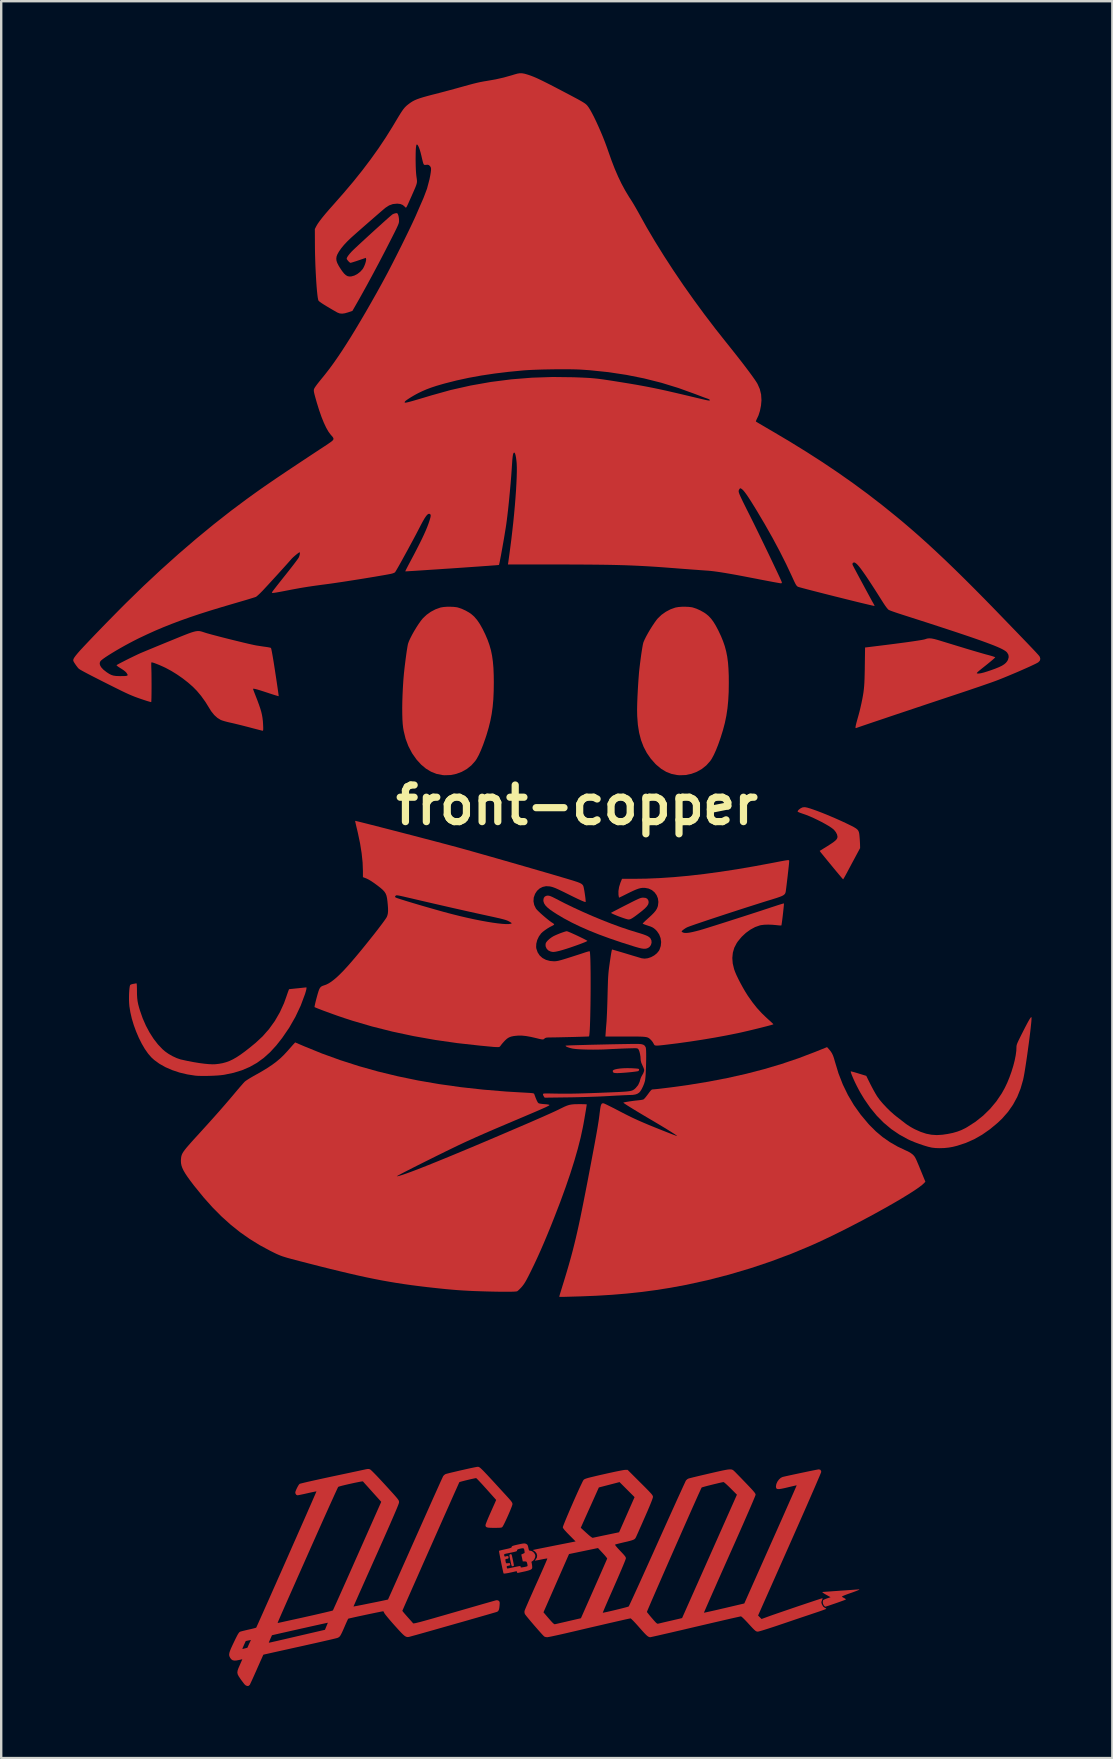
<source format=kicad_pcb>
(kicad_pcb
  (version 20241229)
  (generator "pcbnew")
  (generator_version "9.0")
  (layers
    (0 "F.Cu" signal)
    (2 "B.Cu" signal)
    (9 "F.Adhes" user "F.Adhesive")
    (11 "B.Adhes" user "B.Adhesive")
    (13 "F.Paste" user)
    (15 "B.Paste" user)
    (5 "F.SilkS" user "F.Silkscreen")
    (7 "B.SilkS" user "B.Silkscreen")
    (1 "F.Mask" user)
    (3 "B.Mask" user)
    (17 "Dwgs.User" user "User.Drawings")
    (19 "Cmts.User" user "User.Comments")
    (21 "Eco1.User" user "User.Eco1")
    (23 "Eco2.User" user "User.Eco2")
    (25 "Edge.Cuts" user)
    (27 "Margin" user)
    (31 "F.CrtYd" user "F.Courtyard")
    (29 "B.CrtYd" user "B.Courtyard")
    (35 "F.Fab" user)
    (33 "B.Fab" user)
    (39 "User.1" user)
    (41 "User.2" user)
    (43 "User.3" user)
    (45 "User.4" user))
  (footprint "front-copper"
    (layer "F.Cu")
    (at 20.984 30.48)
    (property "Reference" "front-copper" (at 0 0 0) (layer "F.SilkS") (effects (font (size 1.524 1.524) (thickness 0.3))))
    (attr board_only exclude_from_pos_files exclude_from_bom)
    (fp_poly (pts (xy -2.735 31.206) (xy -2.724 31.223) (xy -2.712 31.269) (xy -2.696 31.338) (xy -2.678 31.421) (xy -2.66 31.506) (xy -2.645 31.584) (xy -2.634 31.645) (xy -2.63 31.677) (xy -2.631 31.68) (xy -2.654 31.691) (xy -2.681 31.7) (xy -2.702 31.703) (xy -2.717 31.693) (xy -2.731 31.663) (xy -2.747 31.607) (xy -2.767 31.518) (xy -2.771 31.494) (xy -2.791 31.4) (xy -2.806 31.319) (xy -2.815 31.262) (xy -2.818 31.242) (xy -2.802 31.211) (xy -2.768 31.197)) (stroke (width 0) (type solid)) (fill yes) (layer "F.Cu"))
    (fp_poly (pts (xy 2.246 10.959) (xy 2.322 10.963) (xy 2.432 10.97) (xy 2.507 10.976) (xy 2.553 10.984) (xy 2.576 10.995) (xy 2.584 11.009) (xy 2.584 11.015) (xy 2.57 11.061) (xy 2.557 11.076) (xy 2.528 11.085) (xy 2.464 11.096) (xy 2.373 11.108) (xy 2.263 11.121) (xy 2.141 11.133) (xy 2.015 11.144) (xy 1.892 11.153) (xy 1.781 11.16) (xy 1.688 11.164) (xy 1.66 11.164) (xy 1.568 11.159) (xy 1.515 11.142) (xy 1.505 11.133) (xy 1.486 11.088) (xy 1.487 11.065) (xy 1.513 11.036) (xy 1.576 11.01) (xy 1.67 10.989) (xy 1.789 10.972) (xy 1.929 10.961) (xy 2.083 10.957)) (stroke (width 0) (type solid)) (fill yes) (layer "F.Cu"))
    (fp_poly (pts (xy 2.857 3.867) (xy 2.925 3.903) (xy 2.966 3.968) (xy 2.977 4.005) (xy 2.98 4.073) (xy 2.958 4.143) (xy 2.907 4.219) (xy 2.826 4.305) (xy 2.711 4.405) (xy 2.647 4.455) (xy 2.516 4.556) (xy 2.413 4.633) (xy 2.332 4.689) (xy 2.27 4.727) (xy 2.22 4.751) (xy 2.179 4.762) (xy 2.142 4.765) (xy 2.141 4.765) (xy 2.096 4.757) (xy 2.02 4.736) (xy 1.922 4.704) (xy 1.81 4.664) (xy 1.731 4.635) (xy 1.622 4.591) (xy 1.53 4.552) (xy 1.461 4.52) (xy 1.421 4.498) (xy 1.413 4.49) (xy 1.436 4.476) (xy 1.491 4.446) (xy 1.575 4.402) (xy 1.683 4.346) (xy 1.81 4.28) (xy 1.952 4.207) (xy 2.035 4.165) (xy 2.204 4.079) (xy 2.34 4.01) (xy 2.448 3.957) (xy 2.532 3.918) (xy 2.596 3.89) (xy 2.647 3.872) (xy 2.687 3.862) (xy 2.722 3.857) (xy 2.757 3.856) (xy 2.757 3.856)) (stroke (width 0) (type solid)) (fill yes) (layer "F.Cu"))
    (fp_poly (pts (xy -0.398 5.262) (xy -0.338 5.285) (xy -0.255 5.32) (xy -0.157 5.364) (xy -0.049 5.413) (xy 0.061 5.465) (xy 0.168 5.517) (xy 0.265 5.564) (xy 0.345 5.606) (xy 0.402 5.637) (xy 0.429 5.655) (xy 0.43 5.659) (xy 0.397 5.678) (xy 0.33 5.709) (xy 0.235 5.747) (xy 0.119 5.791) (xy -0.012 5.839) (xy -0.151 5.888) (xy -0.293 5.937) (xy -0.43 5.982) (xy -0.556 6.021) (xy -0.665 6.053) (xy -0.731 6.071) (xy -0.839 6.096) (xy -0.916 6.111) (xy -0.975 6.117) (xy -1.026 6.115) (xy -1.079 6.104) (xy -1.106 6.097) (xy -1.199 6.053) (xy -1.268 5.98) (xy -1.308 5.888) (xy -1.313 5.835) (xy -1.31 5.778) (xy -1.294 5.732) (xy -1.26 5.684) (xy -1.217 5.636) (xy -1.146 5.572) (xy -1.057 5.506) (xy -0.979 5.459) (xy -0.901 5.422) (xy -0.806 5.381) (xy -0.704 5.34) (xy -0.605 5.304) (xy -0.518 5.275) (xy -0.454 5.257) (xy -0.429 5.254)) (stroke (width 0) (type solid)) (fill yes) (layer "F.Cu"))
    (fp_poly (pts (xy -1.166 3.776) (xy -1.105 3.795) (xy -1.024 3.83) (xy -0.918 3.883) (xy -0.887 3.899) (xy -0.531 4.083) (xy -0.154 4.266) (xy 0.239 4.447) (xy 0.638 4.622) (xy 1.038 4.788) (xy 1.43 4.942) (xy 1.808 5.081) (xy 2.164 5.201) (xy 2.445 5.288) (xy 2.615 5.339) (xy 2.749 5.382) (xy 2.853 5.42) (xy 2.931 5.454) (xy 2.988 5.489) (xy 3.031 5.524) (xy 3.059 5.557) (xy 3.098 5.642) (xy 3.103 5.736) (xy 3.076 5.828) (xy 3.021 5.905) (xy 2.961 5.948) (xy 2.902 5.972) (xy 2.841 5.984) (xy 2.77 5.984) (xy 2.683 5.972) (xy 2.573 5.946) (xy 2.432 5.906) (xy 2.373 5.888) (xy 1.849 5.722) (xy 1.365 5.557) (xy 0.918 5.393) (xy 0.506 5.228) (xy 0.126 5.061) (xy -0.224 4.892) (xy -0.548 4.719) (xy -0.846 4.542) (xy -0.974 4.459) (xy -1.125 4.355) (xy -1.239 4.262) (xy -1.32 4.177) (xy -1.372 4.096) (xy -1.399 4.014) (xy -1.404 3.956) (xy -1.387 3.868) (xy -1.338 3.806) (xy -1.26 3.774) (xy -1.217 3.771)) (stroke (width 0) (type solid)) (fill yes) (layer "F.Cu"))
    (fp_poly (pts (xy 11.76 32.671) (xy 11.74 32.686) (xy 11.683 32.711) (xy 11.589 32.748) (xy 11.457 32.796) (xy 11.372 32.826) (xy 11.258 32.866) (xy 11.161 32.903) (xy 11.087 32.934) (xy 11.041 32.956) (xy 11.029 32.967) (xy 11.053 32.987) (xy 11.101 33.015) (xy 11.126 33.028) (xy 11.173 33.057) (xy 11.195 33.081) (xy 11.193 33.089) (xy 11.169 33.1) (xy 11.112 33.122) (xy 11.029 33.152) (xy 10.929 33.188) (xy 10.817 33.228) (xy 10.703 33.267) (xy 10.592 33.305) (xy 10.493 33.339) (xy 10.412 33.365) (xy 10.358 33.382) (xy 10.338 33.386) (xy 10.314 33.371) (xy 10.279 33.335) (xy 10.276 33.331) (xy 10.244 33.267) (xy 10.233 33.193) (xy 10.243 33.129) (xy 10.25 33.116) (xy 10.277 33.097) (xy 10.333 33.07) (xy 10.406 33.043) (xy 10.412 33.041) (xy 10.558 32.991) (xy 10.396 32.902) (xy 10.299 32.846) (xy 10.238 32.806) (xy 10.213 32.781) (xy 10.226 32.772) (xy 10.25 32.771) (xy 10.312 32.767) (xy 10.406 32.76) (xy 10.528 32.752) (xy 10.672 32.741) (xy 10.834 32.73) (xy 10.984 32.719) (xy 11.158 32.707) (xy 11.318 32.696) (xy 11.46 32.686) (xy 11.578 32.677) (xy 11.669 32.671) (xy 11.726 32.667) (xy 11.746 32.666)) (stroke (width 0) (type solid)) (fill yes) (layer "F.Cu"))
    (fp_poly (pts (xy 9.51 0.091) (xy 9.589 0.107) (xy 9.701 0.14) (xy 9.841 0.187) (xy 10.005 0.246) (xy 10.187 0.316) (xy 10.382 0.394) (xy 10.586 0.48) (xy 10.794 0.569) (xy 11.001 0.662) (xy 11.201 0.755) (xy 11.283 0.795) (xy 11.427 0.865) (xy 11.537 0.923) (xy 11.618 0.973) (xy 11.676 1.021) (xy 11.714 1.07) (xy 11.738 1.128) (xy 11.753 1.198) (xy 11.763 1.286) (xy 11.764 1.303) (xy 11.773 1.412) (xy 11.78 1.528) (xy 11.785 1.627) (xy 11.785 1.642) (xy 11.789 1.79) (xy 11.607 2.129) (xy 11.532 2.269) (xy 11.447 2.427) (xy 11.363 2.585) (xy 11.286 2.729) (xy 11.259 2.78) (xy 11.203 2.884) (xy 11.154 2.973) (xy 11.115 3.041) (xy 11.089 3.083) (xy 11.081 3.093) (xy 11.065 3.077) (xy 11.025 3.032) (xy 10.966 2.962) (xy 10.889 2.871) (xy 10.798 2.762) (xy 10.697 2.64) (xy 10.624 2.551) (xy 10.515 2.419) (xy 10.414 2.296) (xy 10.324 2.185) (xy 10.248 2.092) (xy 10.189 2.02) (xy 10.152 1.974) (xy 10.141 1.96) (xy 10.104 1.91) (xy 10.435 1.704) (xy 10.573 1.616) (xy 10.677 1.545) (xy 10.752 1.485) (xy 10.803 1.433) (xy 10.832 1.386) (xy 10.845 1.338) (xy 10.846 1.313) (xy 10.828 1.226) (xy 10.779 1.13) (xy 10.707 1.039) (xy 10.671 1.004) (xy 10.589 0.942) (xy 10.476 0.868) (xy 10.338 0.788) (xy 10.182 0.703) (xy 10.017 0.62) (xy 9.85 0.54) (xy 9.689 0.469) (xy 9.541 0.41) (xy 9.459 0.381) (xy 9.374 0.352) (xy 9.296 0.324) (xy 9.241 0.303) (xy 9.197 0.282) (xy 9.185 0.262) (xy 9.201 0.231) (xy 9.204 0.226) (xy 9.242 0.186) (xy 9.3 0.143) (xy 9.323 0.128) (xy 9.395 0.096) (xy 9.465 0.088)) (stroke (width 0) (type solid)) (fill yes) (layer "F.Cu"))
    (fp_poly (pts (xy -5.135 -8.254) (xy -5.014 -8.239) (xy -4.967 -8.229) (xy -4.812 -8.178) (xy -4.649 -8.104) (xy -4.495 -8.017) (xy -4.414 -7.962) (xy -4.284 -7.848) (xy -4.163 -7.707) (xy -4.046 -7.535) (xy -3.932 -7.332) (xy -3.82 -7.102) (xy -3.726 -6.882) (xy -3.649 -6.666) (xy -3.587 -6.448) (xy -3.54 -6.22) (xy -3.506 -5.976) (xy -3.483 -5.709) (xy -3.471 -5.414) (xy -3.467 -5.116) (xy -3.472 -4.745) (xy -3.487 -4.406) (xy -3.515 -4.092) (xy -3.556 -3.795) (xy -3.612 -3.505) (xy -3.684 -3.214) (xy -3.773 -2.914) (xy -3.812 -2.796) (xy -3.908 -2.522) (xy -4.002 -2.285) (xy -4.092 -2.087) (xy -4.178 -1.928) (xy -4.242 -1.833) (xy -4.404 -1.652) (xy -4.593 -1.501) (xy -4.804 -1.383) (xy -5.031 -1.299) (xy -5.27 -1.251) (xy -5.515 -1.242) (xy -5.619 -1.251) (xy -5.855 -1.299) (xy -6.08 -1.389) (xy -6.293 -1.517) (xy -6.494 -1.685) (xy -6.682 -1.891) (xy -6.854 -2.134) (xy -6.877 -2.171) (xy -7.026 -2.455) (xy -7.141 -2.761) (xy -7.222 -3.092) (xy -7.244 -3.222) (xy -7.262 -3.378) (xy -7.274 -3.571) (xy -7.28 -3.796) (xy -7.282 -4.046) (xy -7.278 -4.316) (xy -7.268 -4.601) (xy -7.254 -4.896) (xy -7.235 -5.195) (xy -7.222 -5.349) (xy -7.211 -5.476) (xy -7.195 -5.623) (xy -7.177 -5.784) (xy -7.156 -5.952) (xy -7.135 -6.119) (xy -7.113 -6.279) (xy -7.092 -6.425) (xy -7.072 -6.55) (xy -7.055 -6.648) (xy -7.042 -6.711) (xy -7.041 -6.715) (xy -7.004 -6.819) (xy -6.945 -6.948) (xy -6.871 -7.093) (xy -6.785 -7.247) (xy -6.692 -7.4) (xy -6.598 -7.545) (xy -6.507 -7.673) (xy -6.424 -7.776) (xy -6.421 -7.779) (xy -6.269 -7.923) (xy -6.091 -8.05) (xy -5.898 -8.152) (xy -5.702 -8.222) (xy -5.671 -8.23) (xy -5.559 -8.249) (xy -5.423 -8.259) (xy -5.276 -8.26)) (stroke (width 0) (type solid)) (fill yes) (layer "F.Cu"))
    (fp_poly (pts (xy 4.652 -8.254) (xy 4.773 -8.239) (xy 4.82 -8.229) (xy 4.975 -8.178) (xy 5.138 -8.104) (xy 5.292 -8.017) (xy 5.373 -7.962) (xy 5.483 -7.869) (xy 5.584 -7.761) (xy 5.679 -7.633) (xy 5.775 -7.476) (xy 5.876 -7.286) (xy 5.886 -7.266) (xy 5.992 -7.042) (xy 6.08 -6.827) (xy 6.153 -6.616) (xy 6.21 -6.402) (xy 6.254 -6.179) (xy 6.286 -5.939) (xy 6.306 -5.676) (xy 6.318 -5.384) (xy 6.32 -5.084) (xy 6.315 -4.706) (xy 6.296 -4.359) (xy 6.265 -4.037) (xy 6.219 -3.729) (xy 6.157 -3.427) (xy 6.077 -3.123) (xy 5.979 -2.808) (xy 5.975 -2.796) (xy 5.879 -2.522) (xy 5.785 -2.285) (xy 5.695 -2.087) (xy 5.609 -1.928) (xy 5.545 -1.833) (xy 5.383 -1.652) (xy 5.194 -1.501) (xy 4.983 -1.383) (xy 4.756 -1.299) (xy 4.517 -1.251) (xy 4.272 -1.242) (xy 4.168 -1.251) (xy 3.936 -1.297) (xy 3.716 -1.382) (xy 3.508 -1.506) (xy 3.309 -1.671) (xy 3.256 -1.722) (xy 3.065 -1.939) (xy 2.903 -2.174) (xy 2.77 -2.429) (xy 2.664 -2.707) (xy 2.585 -3.011) (xy 2.532 -3.343) (xy 2.505 -3.705) (xy 2.5 -3.958) (xy 2.502 -4.107) (xy 2.507 -4.288) (xy 2.515 -4.492) (xy 2.526 -4.709) (xy 2.538 -4.93) (xy 2.552 -5.147) (xy 2.567 -5.349) (xy 2.581 -5.527) (xy 2.596 -5.673) (xy 2.597 -5.677) (xy 2.622 -5.889) (xy 2.648 -6.089) (xy 2.673 -6.275) (xy 2.698 -6.439) (xy 2.721 -6.579) (xy 2.741 -6.688) (xy 2.759 -6.762) (xy 2.764 -6.779) (xy 2.809 -6.885) (xy 2.874 -7.016) (xy 2.954 -7.162) (xy 3.043 -7.314) (xy 3.137 -7.463) (xy 3.229 -7.6) (xy 3.313 -7.715) (xy 3.366 -7.779) (xy 3.517 -7.923) (xy 3.696 -8.05) (xy 3.889 -8.152) (xy 4.084 -8.222) (xy 4.116 -8.23) (xy 4.228 -8.249) (xy 4.365 -8.259) (xy 4.511 -8.26)) (stroke (width 0) (type solid)) (fill yes) (layer "F.Cu"))
    (fp_poly (pts (xy -18.347 7.429) (xy -18.339 7.463) (xy -18.334 7.526) (xy -18.331 7.625) (xy -18.33 7.726) (xy -18.328 7.899) (xy -18.319 8.043) (xy -18.303 8.172) (xy -18.277 8.302) (xy -18.239 8.444) (xy -18.205 8.556) (xy -18.092 8.88) (xy -17.957 9.188) (xy -17.803 9.476) (xy -17.635 9.738) (xy -17.454 9.971) (xy -17.264 10.17) (xy -17.157 10.262) (xy -17.011 10.365) (xy -16.846 10.459) (xy -16.678 10.537) (xy -16.519 10.592) (xy -16.489 10.599) (xy -16.23 10.656) (xy -15.98 10.704) (xy -15.744 10.743) (xy -15.527 10.772) (xy -15.335 10.79) (xy -15.174 10.797) (xy -15.073 10.794) (xy -14.912 10.776) (xy -14.763 10.749) (xy -14.619 10.71) (xy -14.476 10.658) (xy -14.331 10.589) (xy -14.178 10.501) (xy -14.014 10.393) (xy -13.833 10.261) (xy -13.632 10.104) (xy -13.406 9.918) (xy -13.397 9.911) (xy -13.098 9.634) (xy -12.828 9.327) (xy -12.588 8.993) (xy -12.38 8.633) (xy -12.205 8.251) (xy -12.106 7.975) (xy -12.07 7.869) (xy -12.038 7.779) (xy -12.013 7.711) (xy -11.997 7.674) (xy -11.993 7.668) (xy -11.968 7.666) (xy -11.909 7.659) (xy -11.822 7.65) (xy -11.715 7.639) (xy -11.625 7.63) (xy -11.27 7.592) (xy -11.27 7.639) (xy -11.276 7.679) (xy -11.294 7.748) (xy -11.319 7.833) (xy -11.331 7.873) (xy -11.511 8.355) (xy -11.731 8.821) (xy -11.988 9.271) (xy -12.283 9.702) (xy -12.529 10.014) (xy -12.784 10.292) (xy -13.051 10.532) (xy -13.332 10.736) (xy -13.633 10.906) (xy -13.956 11.044) (xy -14.305 11.151) (xy -14.683 11.23) (xy -14.734 11.238) (xy -14.848 11.252) (xy -14.992 11.264) (xy -15.156 11.273) (xy -15.328 11.279) (xy -15.499 11.282) (xy -15.658 11.281) (xy -15.796 11.277) (xy -15.896 11.27) (xy -16.235 11.217) (xy -16.558 11.14) (xy -16.861 11.039) (xy -17.14 10.918) (xy -17.391 10.777) (xy -17.609 10.619) (xy -17.728 10.511) (xy -17.866 10.352) (xy -18.002 10.158) (xy -18.132 9.935) (xy -18.254 9.691) (xy -18.365 9.431) (xy -18.463 9.163) (xy -18.544 8.894) (xy -18.605 8.63) (xy -18.645 8.379) (xy -18.656 8.247) (xy -18.661 8.119) (xy -18.661 7.986) (xy -18.658 7.855) (xy -18.651 7.733) (xy -18.641 7.627) (xy -18.629 7.547) (xy -18.615 7.499) (xy -18.609 7.491) (xy -18.572 7.47) (xy -18.511 7.453) (xy -18.482 7.447) (xy -18.417 7.436) (xy -18.369 7.426) (xy -18.357 7.422)) (stroke (width 0) (type solid)) (fill yes) (layer "F.Cu"))
    (fp_poly (pts (xy 18.925 8.835) (xy 18.928 8.863) (xy 18.926 8.929) (xy 18.919 9.028) (xy 18.906 9.155) (xy 18.89 9.307) (xy 18.87 9.479) (xy 18.847 9.666) (xy 18.822 9.864) (xy 18.794 10.069) (xy 18.766 10.276) (xy 18.737 10.482) (xy 18.708 10.68) (xy 18.679 10.868) (xy 18.652 11.041) (xy 18.626 11.194) (xy 18.602 11.323) (xy 18.581 11.424) (xy 18.578 11.44) (xy 18.471 11.811) (xy 18.332 12.156) (xy 18.158 12.477) (xy 17.949 12.777) (xy 17.703 13.058) (xy 17.519 13.233) (xy 17.196 13.502) (xy 16.87 13.729) (xy 16.536 13.919) (xy 16.192 14.071) (xy 15.833 14.189) (xy 15.645 14.236) (xy 15.478 14.265) (xy 15.295 14.284) (xy 15.108 14.29) (xy 14.934 14.285) (xy 14.784 14.268) (xy 14.776 14.267) (xy 14.625 14.232) (xy 14.449 14.18) (xy 14.261 14.117) (xy 14.071 14.046) (xy 13.892 13.972) (xy 13.78 13.92) (xy 13.423 13.723) (xy 13.088 13.496) (xy 12.776 13.235) (xy 12.485 12.941) (xy 12.213 12.61) (xy 11.959 12.243) (xy 11.789 11.96) (xy 11.722 11.837) (xy 11.655 11.708) (xy 11.59 11.577) (xy 11.531 11.451) (xy 11.48 11.335) (xy 11.439 11.235) (xy 11.411 11.157) (xy 11.398 11.107) (xy 11.4 11.091) (xy 11.422 11.094) (xy 11.477 11.108) (xy 11.559 11.13) (xy 11.66 11.16) (xy 11.727 11.18) (xy 12.045 11.278) (xy 12.21 11.612) (xy 12.276 11.74) (xy 12.347 11.872) (xy 12.417 11.997) (xy 12.479 12.101) (xy 12.506 12.143) (xy 12.607 12.282) (xy 12.736 12.434) (xy 12.882 12.591) (xy 13.038 12.745) (xy 13.195 12.885) (xy 13.312 12.98) (xy 13.413 13.057) (xy 13.519 13.14) (xy 13.618 13.216) (xy 13.681 13.266) (xy 13.766 13.326) (xy 13.874 13.395) (xy 13.989 13.461) (xy 14.073 13.505) (xy 14.314 13.612) (xy 14.539 13.687) (xy 14.759 13.73) (xy 14.982 13.745) (xy 15.22 13.73) (xy 15.442 13.697) (xy 15.653 13.653) (xy 15.835 13.601) (xy 16 13.539) (xy 16.161 13.461) (xy 16.243 13.415) (xy 16.592 13.191) (xy 16.912 12.936) (xy 17.203 12.652) (xy 17.462 12.342) (xy 17.688 12.007) (xy 17.814 11.78) (xy 17.915 11.568) (xy 18.008 11.341) (xy 18.093 11.105) (xy 18.166 10.869) (xy 18.225 10.64) (xy 18.268 10.426) (xy 18.294 10.234) (xy 18.299 10.108) (xy 18.3 10.067) (xy 18.303 10.03) (xy 18.311 9.991) (xy 18.326 9.944) (xy 18.35 9.886) (xy 18.385 9.809) (xy 18.433 9.711) (xy 18.496 9.584) (xy 18.568 9.441) (xy 18.661 9.259) (xy 18.738 9.112) (xy 18.799 9) (xy 18.847 8.918) (xy 18.882 8.864) (xy 18.907 8.837) (xy 18.922 8.833)) (stroke (width 0) (type solid)) (fill yes) (layer "F.Cu"))
    (fp_poly (pts (xy 2.542 9.948) (xy 2.667 9.956) (xy 2.757 9.98) (xy 2.818 10.022) (xy 2.856 10.085) (xy 2.861 10.099) (xy 2.869 10.147) (xy 2.875 10.23) (xy 2.878 10.342) (xy 2.879 10.476) (xy 2.877 10.625) (xy 2.874 10.781) (xy 2.87 10.938) (xy 2.863 11.089) (xy 2.856 11.227) (xy 2.847 11.346) (xy 2.837 11.438) (xy 2.827 11.493) (xy 2.791 11.609) (xy 2.743 11.725) (xy 2.69 11.832) (xy 2.635 11.919) (xy 2.588 11.974) (xy 2.512 12.024) (xy 2.423 12.055) (xy 2.308 12.072) (xy 2.203 12.075) (xy 2.144 12.077) (xy 2.048 12.081) (xy 1.923 12.086) (xy 1.775 12.094) (xy 1.609 12.102) (xy 1.433 12.112) (xy 1.313 12.119) (xy 1.105 12.13) (xy 0.865 12.141) (xy 0.603 12.15) (xy 0.328 12.159) (xy 0.05 12.166) (xy -0.219 12.172) (xy -0.383 12.174) (xy -1.349 12.187) (xy -1.384 12.137) (xy -1.411 12.086) (xy -1.419 12.046) (xy -1.418 12.034) (xy -1.41 12.024) (xy -1.391 12.017) (xy -1.356 12.013) (xy -1.3 12.011) (xy -1.218 12.011) (xy -1.106 12.013) (xy -0.958 12.016) (xy -0.884 12.017) (xy -0.717 12.02) (xy -0.542 12.021) (xy -0.355 12.02) (xy -0.153 12.018) (xy 0.069 12.013) (xy 0.314 12.006) (xy 0.587 11.997) (xy 0.892 11.986) (xy 1.231 11.972) (xy 1.517 11.96) (xy 1.72 11.951) (xy 1.885 11.942) (xy 2.018 11.933) (xy 2.123 11.923) (xy 2.205 11.911) (xy 2.268 11.896) (xy 2.319 11.877) (xy 2.361 11.853) (xy 2.4 11.823) (xy 2.439 11.787) (xy 2.443 11.783) (xy 2.541 11.665) (xy 2.605 11.528) (xy 2.627 11.447) (xy 2.653 11.367) (xy 2.688 11.291) (xy 2.701 11.27) (xy 2.759 11.169) (xy 2.791 11.077) (xy 2.796 11.034) (xy 2.787 10.995) (xy 2.763 10.931) (xy 2.729 10.855) (xy 2.722 10.841) (xy 2.676 10.735) (xy 2.653 10.647) (xy 2.647 10.583) (xy 2.641 10.482) (xy 2.624 10.376) (xy 2.601 10.279) (xy 2.573 10.203) (xy 2.55 10.165) (xy 2.534 10.149) (xy 2.514 10.138) (xy 2.485 10.131) (xy 2.439 10.127) (xy 2.37 10.127) (xy 2.272 10.129) (xy 2.139 10.133) (xy 2.129 10.133) (xy 1.979 10.138) (xy 1.803 10.145) (xy 1.616 10.154) (xy 1.434 10.162) (xy 1.303 10.169) (xy 1.095 10.179) (xy 0.881 10.184) (xy 0.667 10.186) (xy 0.461 10.184) (xy 0.267 10.179) (xy 0.094 10.171) (xy -0.053 10.16) (xy -0.168 10.145) (xy -0.211 10.137) (xy -0.32 10.109) (xy -0.404 10.08) (xy -0.458 10.053) (xy -0.478 10.029) (xy -0.474 10.02) (xy -0.451 10.017) (xy -0.39 10.014) (xy -0.294 10.009) (xy -0.169 10.005) (xy -0.017 10) (xy 0.157 9.995) (xy 0.348 9.99) (xy 0.553 9.984) (xy 0.768 9.979) (xy 0.988 9.974) (xy 1.21 9.969) (xy 1.429 9.964) (xy 1.642 9.96) (xy 1.843 9.956) (xy 2.03 9.953) (xy 2.198 9.95) (xy 2.343 9.949) (xy 2.461 9.948)) (stroke (width 0) (type solid)) (fill yes) (layer "F.Cu"))
    (fp_poly (pts (xy -2.175 30.754) (xy -2.143 30.762) (xy -2.125 30.77) (xy -2.085 30.792) (xy -2.06 30.824) (xy -2.042 30.876) (xy -2.03 30.928) (xy -2.015 30.999) (xy -1.999 31.037) (xy -1.978 31.053) (xy -1.945 31.056) (xy -1.943 31.056) (xy -1.876 31.075) (xy -1.812 31.123) (xy -1.762 31.188) (xy -1.738 31.258) (xy -1.737 31.271) (xy -1.751 31.346) (xy -1.785 31.418) (xy -1.832 31.472) (xy -1.864 31.491) (xy -1.897 31.514) (xy -1.898 31.537) (xy -1.888 31.575) (xy -1.878 31.638) (xy -1.872 31.679) (xy -1.867 31.747) (xy -1.872 31.787) (xy -1.893 31.816) (xy -1.912 31.833) (xy -1.959 31.856) (xy -2.038 31.883) (xy -2.14 31.91) (xy -2.196 31.922) (xy -2.293 31.943) (xy -2.377 31.961) (xy -2.437 31.974) (xy -2.463 31.981) (xy -2.492 31.978) (xy -2.5 31.947) (xy -2.508 31.915) (xy -2.541 31.913) (xy -2.547 31.914) (xy -2.728 31.955) (xy -2.87 31.985) (xy -2.973 32.002) (xy -3.038 32.008) (xy -3.062 32.001) (xy -3.073 31.961) (xy -3.089 31.89) (xy -3.11 31.796) (xy -3.133 31.685) (xy -3.158 31.566) (xy -3.182 31.444) (xy -3.205 31.328) (xy -3.225 31.224) (xy -3.227 31.215) (xy -3.036 31.215) (xy -3.035 31.253) (xy -3.022 31.288) (xy -3.002 31.3) (xy -3.001 31.3) (xy -2.927 31.281) (xy -2.883 31.279) (xy -2.86 31.295) (xy -2.853 31.315) (xy -2.855 31.363) (xy -2.894 31.39) (xy -2.939 31.395) (xy -2.971 31.401) (xy -2.985 31.424) (xy -2.982 31.473) (xy -2.973 31.521) (xy -2.962 31.564) (xy -2.942 31.58) (xy -2.898 31.578) (xy -2.878 31.575) (xy -2.822 31.57) (xy -2.797 31.579) (xy -2.796 31.582) (xy -2.789 31.62) (xy -2.784 31.635) (xy -2.788 31.658) (xy -2.825 31.674) (xy -2.855 31.68) (xy -2.908 31.692) (xy -2.929 31.71) (xy -2.929 31.743) (xy -2.928 31.746) (xy -2.915 31.785) (xy -2.901 31.798) (xy -2.875 31.793) (xy -2.816 31.782) (xy -2.734 31.765) (xy -2.64 31.745) (xy -2.525 31.72) (xy -2.446 31.704) (xy -2.396 31.696) (xy -2.367 31.696) (xy -2.355 31.702) (xy -2.352 31.715) (xy -2.351 31.724) (xy -2.348 31.743) (xy -2.332 31.753) (xy -2.295 31.751) (xy -2.229 31.74) (xy -2.177 31.73) (xy -2.109 31.715) (xy -2.073 31.701) (xy -2.061 31.681) (xy -2.065 31.648) (xy -2.066 31.64) (xy -2.082 31.566) (xy -2.099 31.524) (xy -2.122 31.506) (xy -2.162 31.501) (xy -2.18 31.501) (xy -2.261 31.501) (xy -2.323 31.215) (xy -2.258 31.184) (xy -2.212 31.162) (xy -2.187 31.149) (xy -2.186 31.149) (xy -2.184 31.128) (xy -2.189 31.078) (xy -2.193 31.048) (xy -2.204 30.993) (xy -2.221 30.963) (xy -2.253 30.952) (xy -2.31 30.957) (xy -2.392 30.975) (xy -2.461 30.995) (xy -2.494 31.018) (xy -2.5 31.037) (xy -2.501 31.055) (xy -2.51 31.069) (xy -2.533 31.082) (xy -2.576 31.095) (xy -2.646 31.112) (xy -2.749 31.134) (xy -2.786 31.141) (xy -2.877 31.161) (xy -2.954 31.177) (xy -3.006 31.189) (xy -3.021 31.193) (xy -3.036 31.215) (xy -3.227 31.215) (xy -3.241 31.14) (xy -3.25 31.083) (xy -3.252 31.06) (xy -3.252 31.06) (xy -3.228 31.052) (xy -3.172 31.037) (xy -3.09 31.017) (xy -2.991 30.995) (xy -2.982 30.993) (xy -2.872 30.969) (xy -2.798 30.949) (xy -2.753 30.933) (xy -2.73 30.917) (xy -2.722 30.9) (xy -2.722 30.896) (xy -2.717 30.878) (xy -2.697 30.862) (xy -2.655 30.846) (xy -2.587 30.827) (xy -2.484 30.803) (xy -2.457 30.797) (xy -2.346 30.773) (xy -2.268 30.759) (xy -2.213 30.752)) (stroke (width 0) (type solid)) (fill yes) (layer "F.Cu"))
    (fp_poly (pts (xy 10.494 10.172) (xy 10.561 10.254) (xy 10.615 10.337) (xy 10.66 10.431) (xy 10.7 10.546) (xy 10.739 10.683) (xy 10.888 11.175) (xy 11.068 11.638) (xy 11.282 12.078) (xy 11.529 12.496) (xy 11.813 12.894) (xy 12.134 13.277) (xy 12.182 13.329) (xy 12.446 13.592) (xy 12.723 13.825) (xy 13.02 14.033) (xy 13.344 14.22) (xy 13.702 14.39) (xy 13.756 14.413) (xy 13.868 14.472) (xy 13.966 14.543) (xy 13.99 14.565) (xy 14.018 14.593) (xy 14.041 14.62) (xy 14.064 14.651) (xy 14.087 14.69) (xy 14.113 14.741) (xy 14.145 14.81) (xy 14.184 14.902) (xy 14.234 15.02) (xy 14.295 15.17) (xy 14.342 15.284) (xy 14.507 15.687) (xy 14.451 15.747) (xy 14.375 15.817) (xy 14.263 15.903) (xy 14.119 16.005) (xy 13.946 16.119) (xy 13.745 16.245) (xy 13.521 16.382) (xy 13.275 16.527) (xy 13.012 16.678) (xy 12.733 16.835) (xy 12.442 16.996) (xy 12.142 17.159) (xy 11.835 17.322) (xy 11.524 17.484) (xy 11.213 17.644) (xy 10.903 17.799) (xy 10.599 17.948) (xy 10.303 18.09) (xy 10.017 18.223) (xy 9.745 18.345) (xy 9.741 18.347) (xy 8.919 18.69) (xy 8.07 19.008) (xy 7.202 19.298) (xy 6.323 19.558) (xy 5.44 19.786) (xy 4.561 19.979) (xy 3.883 20.105) (xy 3.28 20.2) (xy 2.679 20.28) (xy 2.072 20.345) (xy 1.451 20.397) (xy 0.806 20.436) (xy 0.13 20.463) (xy 0.095 20.464) (xy -0.115 20.47) (xy -0.287 20.475) (xy -0.424 20.479) (xy -0.53 20.482) (xy -0.61 20.483) (xy -0.666 20.484) (xy -0.704 20.483) (xy -0.726 20.481) (xy -0.737 20.479) (xy -0.741 20.475) (xy -0.741 20.47) (xy -0.741 20.469) (xy -0.735 20.445) (xy -0.718 20.387) (xy -0.693 20.303) (xy -0.661 20.199) (xy -0.635 20.115) (xy -0.545 19.824) (xy -0.462 19.55) (xy -0.385 19.291) (xy -0.313 19.04) (xy -0.245 18.796) (xy -0.18 18.552) (xy -0.118 18.306) (xy -0.056 18.052) (xy 0.005 17.788) (xy 0.067 17.509) (xy 0.131 17.21) (xy 0.197 16.888) (xy 0.267 16.539) (xy 0.342 16.158) (xy 0.423 15.742) (xy 0.466 15.518) (xy 0.536 15.15) (xy 0.598 14.822) (xy 0.653 14.529) (xy 0.702 14.269) (xy 0.745 14.039) (xy 0.782 13.835) (xy 0.814 13.656) (xy 0.842 13.498) (xy 0.865 13.358) (xy 0.885 13.233) (xy 0.903 13.12) (xy 0.917 13.017) (xy 0.93 12.92) (xy 0.941 12.826) (xy 0.944 12.806) (xy 0.962 12.663) (xy 0.98 12.558) (xy 1 12.486) (xy 1.024 12.442) (xy 1.054 12.422) (xy 1.092 12.42) (xy 1.102 12.422) (xy 1.137 12.434) (xy 1.203 12.464) (xy 1.296 12.509) (xy 1.408 12.565) (xy 1.536 12.629) (xy 1.656 12.692) (xy 1.85 12.793) (xy 2.014 12.877) (xy 2.157 12.949) (xy 2.288 13.013) (xy 2.416 13.073) (xy 2.548 13.133) (xy 2.692 13.196) (xy 2.754 13.223) (xy 2.86 13.268) (xy 2.985 13.321) (xy 3.124 13.378) (xy 3.272 13.438) (xy 3.424 13.499) (xy 3.575 13.559) (xy 3.719 13.616) (xy 3.851 13.668) (xy 3.967 13.713) (xy 4.061 13.748) (xy 4.128 13.773) (xy 4.163 13.783) (xy 4.166 13.784) (xy 4.153 13.769) (xy 4.107 13.735) (xy 4.031 13.684) (xy 3.928 13.618) (xy 3.802 13.539) (xy 3.657 13.45) (xy 3.495 13.352) (xy 3.321 13.248) (xy 3.137 13.139) (xy 3.092 13.113) (xy 2.885 12.991) (xy 2.69 12.875) (xy 2.51 12.767) (xy 2.35 12.67) (xy 2.211 12.584) (xy 2.096 12.512) (xy 2.009 12.455) (xy 1.952 12.416) (xy 1.928 12.396) (xy 1.928 12.394) (xy 1.948 12.385) (xy 2.002 12.373) (xy 2.083 12.358) (xy 2.183 12.342) (xy 2.295 12.326) (xy 2.411 12.311) (xy 2.523 12.299) (xy 2.563 12.295) (xy 2.648 12.285) (xy 2.72 12.272) (xy 2.766 12.259) (xy 2.768 12.258) (xy 2.799 12.231) (xy 2.847 12.178) (xy 2.904 12.106) (xy 2.955 12.038) (xy 3.019 11.95) (xy 3.066 11.893) (xy 3.101 11.859) (xy 3.131 11.845) (xy 3.152 11.842) (xy 3.202 11.839) (xy 3.287 11.831) (xy 3.403 11.819) (xy 3.543 11.802) (xy 3.702 11.783) (xy 3.873 11.762) (xy 4.05 11.739) (xy 4.228 11.715) (xy 4.4 11.691) (xy 4.561 11.668) (xy 4.618 11.66) (xy 5.461 11.522) (xy 6.269 11.366) (xy 7.045 11.192) (xy 7.792 10.998) (xy 8.515 10.783) (xy 9.215 10.547) (xy 9.897 10.288) (xy 9.914 10.281) (xy 10.412 10.081)) (stroke (width 0) (type solid)) (fill yes) (layer "F.Cu"))
    (fp_poly (pts (xy -11.363 10.047) (xy -10.62 10.349) (xy -9.86 10.624) (xy -9.082 10.874) (xy -8.283 11.098) (xy -7.461 11.297) (xy -6.614 11.472) (xy -5.741 11.622) (xy -4.839 11.749) (xy -3.907 11.852) (xy -2.943 11.932) (xy -2.09 11.982) (xy -1.97 11.989) (xy -1.885 11.996) (xy -1.831 12.004) (xy -1.8 12.015) (xy -1.786 12.028) (xy -1.785 12.031) (xy -1.727 12.189) (xy -1.678 12.306) (xy -1.637 12.382) (xy -1.603 12.419) (xy -1.603 12.419) (xy -1.562 12.431) (xy -1.491 12.443) (xy -1.402 12.453) (xy -1.357 12.456) (xy -1.261 12.464) (xy -1.191 12.474) (xy -1.154 12.487) (xy -1.15 12.491) (xy -1.153 12.499) (xy -1.168 12.512) (xy -1.197 12.529) (xy -1.244 12.553) (xy -1.309 12.585) (xy -1.396 12.624) (xy -1.508 12.674) (xy -1.646 12.734) (xy -1.813 12.806) (xy -2.011 12.89) (xy -2.243 12.989) (xy -2.512 13.103) (xy -2.553 13.12) (xy -2.869 13.254) (xy -3.151 13.374) (xy -3.403 13.481) (xy -3.631 13.579) (xy -3.838 13.669) (xy -4.031 13.754) (xy -4.213 13.834) (xy -4.389 13.914) (xy -4.565 13.993) (xy -4.682 14.047) (xy -4.801 14.103) (xy -4.944 14.17) (xy -5.105 14.248) (xy -5.282 14.334) (xy -5.472 14.426) (xy -5.67 14.524) (xy -5.874 14.624) (xy -6.08 14.727) (xy -6.285 14.829) (xy -6.485 14.929) (xy -6.677 15.025) (xy -6.857 15.116) (xy -7.021 15.2) (xy -7.168 15.275) (xy -7.292 15.34) (xy -7.391 15.392) (xy -7.461 15.43) (xy -7.499 15.453) (xy -7.505 15.459) (xy -7.466 15.457) (xy -7.39 15.438) (xy -7.277 15.403) (xy -7.129 15.352) (xy -6.946 15.286) (xy -6.73 15.204) (xy -6.482 15.108) (xy -6.202 14.997) (xy -5.892 14.872) (xy -5.553 14.734) (xy -5.186 14.583) (xy -4.792 14.419) (xy -4.372 14.244) (xy -3.927 14.056) (xy -3.458 13.857) (xy -3.023 13.671) (xy -2.678 13.523) (xy -2.369 13.391) (xy -2.094 13.273) (xy -1.85 13.167) (xy -1.635 13.073) (xy -1.445 12.99) (xy -1.279 12.916) (xy -1.133 12.851) (xy -1.004 12.792) (xy -0.891 12.74) (xy -0.79 12.692) (xy -0.699 12.647) (xy -0.66 12.628) (xy -0.531 12.565) (xy -0.424 12.52) (xy -0.327 12.489) (xy -0.227 12.47) (xy -0.114 12.46) (xy 0.026 12.457) (xy 0.089 12.456) (xy 0.198 12.457) (xy 0.292 12.459) (xy 0.36 12.462) (xy 0.398 12.466) (xy 0.403 12.468) (xy 0.399 12.499) (xy 0.389 12.564) (xy 0.375 12.657) (xy 0.356 12.769) (xy 0.335 12.893) (xy 0.313 13.023) (xy 0.291 13.15) (xy 0.27 13.268) (xy 0.251 13.369) (xy 0.243 13.41) (xy 0.15 13.844) (xy 0.031 14.312) (xy -0.113 14.813) (xy -0.282 15.349) (xy -0.477 15.917) (xy -0.696 16.519) (xy -0.941 17.153) (xy -0.943 17.159) (xy -1.101 17.557) (xy -1.25 17.92) (xy -1.391 18.255) (xy -1.527 18.568) (xy -1.661 18.865) (xy -1.795 19.152) (xy -1.933 19.435) (xy -2.016 19.6) (xy -2.092 19.747) (xy -2.158 19.864) (xy -2.218 19.957) (xy -2.278 20.036) (xy -2.315 20.08) (xy -2.379 20.147) (xy -2.438 20.204) (xy -2.483 20.242) (xy -2.495 20.25) (xy -2.535 20.258) (xy -2.613 20.264) (xy -2.728 20.268) (xy -2.876 20.27) (xy -3.055 20.27) (xy -3.261 20.268) (xy -3.491 20.264) (xy -3.743 20.258) (xy -4.004 20.25) (xy -4.273 20.241) (xy -4.517 20.23) (xy -4.747 20.217) (xy -4.973 20.202) (xy -5.204 20.183) (xy -5.451 20.161) (xy -5.724 20.133) (xy -5.91 20.113) (xy -6.256 20.075) (xy -6.586 20.035) (xy -6.904 19.994) (xy -7.214 19.95) (xy -7.52 19.903) (xy -7.825 19.852) (xy -8.134 19.797) (xy -8.451 19.735) (xy -8.778 19.668) (xy -9.121 19.593) (xy -9.482 19.51) (xy -9.866 19.419) (xy -10.277 19.319) (xy -10.718 19.209) (xy -11.193 19.087) (xy -11.535 18.999) (xy -11.738 18.946) (xy -11.907 18.901) (xy -12.047 18.863) (xy -12.164 18.828) (xy -12.265 18.796) (xy -12.355 18.763) (xy -12.441 18.727) (xy -12.53 18.688) (xy -12.626 18.641) (xy -12.737 18.586) (xy -12.764 18.573) (xy -13.208 18.334) (xy -13.632 18.073) (xy -14.038 17.788) (xy -14.429 17.475) (xy -14.81 17.132) (xy -15.183 16.756) (xy -15.551 16.344) (xy -15.919 15.892) (xy -15.956 15.846) (xy -16.102 15.654) (xy -16.221 15.49) (xy -16.316 15.347) (xy -16.389 15.223) (xy -16.441 15.113) (xy -16.476 15.012) (xy -16.495 14.916) (xy -16.5 14.821) (xy -16.498 14.764) (xy -16.493 14.704) (xy -16.486 14.651) (xy -16.474 14.6) (xy -16.456 14.549) (xy -16.429 14.494) (xy -16.39 14.432) (xy -16.339 14.361) (xy -16.271 14.276) (xy -16.185 14.176) (xy -16.079 14.055) (xy -15.951 13.912) (xy -15.797 13.744) (xy -15.676 13.611) (xy -15.387 13.293) (xy -15.123 12.999) (xy -14.879 12.724) (xy -14.652 12.463) (xy -14.434 12.209) (xy -14.232 11.969) (xy -14.138 11.857) (xy -14.047 11.751) (xy -13.966 11.658) (xy -13.9 11.583) (xy -13.853 11.532) (xy -13.841 11.52) (xy -13.797 11.485) (xy -13.722 11.435) (xy -13.626 11.375) (xy -13.513 11.308) (xy -13.394 11.24) (xy -13.388 11.238) (xy -13.127 11.09) (xy -12.9 10.952) (xy -12.702 10.82) (xy -12.526 10.689) (xy -12.367 10.556) (xy -12.22 10.415) (xy -12.078 10.263) (xy -12.061 10.244) (xy -11.987 10.159) (xy -11.914 10.077) (xy -11.853 10.008) (xy -11.818 9.969) (xy -11.741 9.885)) (stroke (width 0) (type solid)) (fill yes) (layer "F.Cu"))
    (fp_poly (pts (xy 8.808 2.294) (xy 8.826 2.3) (xy 8.834 2.31) (xy 8.835 2.324) (xy 8.834 2.343) (xy 8.834 2.354) (xy 8.831 2.391) (xy 8.825 2.464) (xy 8.814 2.567) (xy 8.8 2.692) (xy 8.784 2.834) (xy 8.767 2.987) (xy 8.748 3.143) (xy 8.73 3.297) (xy 8.712 3.443) (xy 8.695 3.573) (xy 8.695 3.576) (xy 8.685 3.632) (xy 8.668 3.678) (xy 8.639 3.718) (xy 8.595 3.754) (xy 8.529 3.789) (xy 8.438 3.825) (xy 8.317 3.867) (xy 8.161 3.916) (xy 8.114 3.931) (xy 7.922 3.989) (xy 7.711 4.055) (xy 7.485 4.127) (xy 7.246 4.203) (xy 6.998 4.282) (xy 6.745 4.364) (xy 6.49 4.447) (xy 6.237 4.529) (xy 5.989 4.611) (xy 5.749 4.69) (xy 5.522 4.765) (xy 5.311 4.836) (xy 5.119 4.901) (xy 4.95 4.958) (xy 4.808 5.008) (xy 4.695 5.048) (xy 4.616 5.078) (xy 4.574 5.096) (xy 4.511 5.132) (xy 4.441 5.18) (xy 4.42 5.197) (xy 4.372 5.236) (xy 4.355 5.261) (xy 4.363 5.279) (xy 4.373 5.287) (xy 4.422 5.312) (xy 4.486 5.326) (xy 4.569 5.326) (xy 4.675 5.314) (xy 4.81 5.287) (xy 4.976 5.247) (xy 5.116 5.21) (xy 5.183 5.19) (xy 5.286 5.159) (xy 5.421 5.117) (xy 5.583 5.066) (xy 5.769 5.008) (xy 5.974 4.943) (xy 6.195 4.873) (xy 6.425 4.799) (xy 6.663 4.723) (xy 6.903 4.646) (xy 7.141 4.569) (xy 7.373 4.494) (xy 7.594 4.422) (xy 7.801 4.354) (xy 7.99 4.292) (xy 8.1 4.255) (xy 8.239 4.21) (xy 8.363 4.169) (xy 8.469 4.136) (xy 8.55 4.112) (xy 8.6 4.098) (xy 8.615 4.096) (xy 8.616 4.119) (xy 8.612 4.176) (xy 8.604 4.261) (xy 8.593 4.365) (xy 8.581 4.481) (xy 8.567 4.602) (xy 8.553 4.72) (xy 8.539 4.827) (xy 8.527 4.916) (xy 8.517 4.98) (xy 8.51 5.012) (xy 8.509 5.013) (xy 8.485 5.016) (xy 8.428 5.013) (xy 8.35 5.006) (xy 8.311 5.001) (xy 8.133 4.985) (xy 7.959 4.979) (xy 7.799 4.984) (xy 7.666 5) (xy 7.615 5.011) (xy 7.415 5.081) (xy 7.217 5.189) (xy 7.026 5.327) (xy 6.851 5.492) (xy 6.698 5.677) (xy 6.65 5.747) (xy 6.549 5.94) (xy 6.488 6.148) (xy 6.466 6.367) (xy 6.483 6.596) (xy 6.54 6.833) (xy 6.58 6.944) (xy 6.639 7.083) (xy 6.717 7.245) (xy 6.807 7.42) (xy 6.904 7.597) (xy 7.002 7.766) (xy 7.095 7.914) (xy 7.111 7.94) (xy 7.3 8.208) (xy 7.488 8.446) (xy 7.685 8.662) (xy 7.898 8.868) (xy 7.956 8.92) (xy 8.036 8.991) (xy 8.103 9.053) (xy 8.152 9.1) (xy 8.176 9.126) (xy 8.177 9.129) (xy 8.157 9.138) (xy 8.101 9.156) (xy 8.015 9.18) (xy 7.902 9.21) (xy 7.769 9.244) (xy 7.62 9.282) (xy 7.461 9.321) (xy 7.297 9.361) (xy 7.133 9.4) (xy 6.975 9.437) (xy 6.827 9.471) (xy 6.694 9.5) (xy 6.689 9.501) (xy 6.226 9.594) (xy 5.732 9.685) (xy 5.22 9.771) (xy 4.699 9.851) (xy 4.183 9.923) (xy 3.824 9.967) (xy 3.651 9.988) (xy 3.516 10.003) (xy 3.413 10.013) (xy 3.337 10.018) (xy 3.283 10.016) (xy 3.247 10.009) (xy 3.224 9.996) (xy 3.208 9.976) (xy 3.194 9.949) (xy 3.189 9.938) (xy 3.15 9.871) (xy 3.096 9.802) (xy 3.075 9.78) (xy 3.039 9.746) (xy 3.007 9.718) (xy 2.972 9.695) (xy 2.931 9.677) (xy 2.879 9.664) (xy 2.813 9.654) (xy 2.728 9.647) (xy 2.62 9.643) (xy 2.484 9.64) (xy 2.316 9.639) (xy 2.111 9.639) (xy 2.01 9.639) (xy 1.18 9.639) (xy 1.193 9.464) (xy 1.199 9.372) (xy 1.208 9.253) (xy 1.219 9.124) (xy 1.228 9.014) (xy 1.233 8.929) (xy 1.239 8.809) (xy 1.246 8.66) (xy 1.253 8.488) (xy 1.259 8.301) (xy 1.265 8.106) (xy 1.27 7.908) (xy 1.27 7.902) (xy 1.276 7.674) (xy 1.282 7.483) (xy 1.287 7.321) (xy 1.294 7.184) (xy 1.302 7.064) (xy 1.311 6.957) (xy 1.322 6.854) (xy 1.335 6.751) (xy 1.343 6.694) (xy 1.371 6.497) (xy 1.395 6.339) (xy 1.414 6.216) (xy 1.43 6.126) (xy 1.442 6.064) (xy 1.452 6.029) (xy 1.46 6.016) (xy 1.461 6.016) (xy 1.485 6.022) (xy 1.543 6.039) (xy 1.632 6.065) (xy 1.745 6.098) (xy 1.877 6.137) (xy 2.024 6.181) (xy 2.046 6.188) (xy 2.198 6.234) (xy 2.34 6.277) (xy 2.466 6.314) (xy 2.571 6.346) (xy 2.647 6.368) (xy 2.689 6.381) (xy 2.69 6.381) (xy 2.814 6.396) (xy 2.948 6.379) (xy 3.084 6.333) (xy 3.212 6.263) (xy 3.324 6.173) (xy 3.409 6.069) (xy 3.432 6.027) (xy 3.486 5.868) (xy 3.502 5.704) (xy 3.479 5.541) (xy 3.42 5.387) (xy 3.325 5.248) (xy 3.261 5.182) (xy 3.2 5.132) (xy 3.138 5.093) (xy 3.062 5.059) (xy 2.96 5.025) (xy 2.942 5.019) (xy 2.855 4.99) (xy 2.786 4.964) (xy 2.743 4.944) (xy 2.733 4.936) (xy 2.748 4.916) (xy 2.789 4.874) (xy 2.852 4.814) (xy 2.93 4.743) (xy 2.977 4.701) (xy 3.103 4.585) (xy 3.199 4.488) (xy 3.27 4.403) (xy 3.32 4.324) (xy 3.353 4.246) (xy 3.369 4.191) (xy 3.387 4.033) (xy 3.367 3.885) (xy 3.312 3.75) (xy 3.227 3.634) (xy 3.116 3.541) (xy 2.981 3.478) (xy 2.828 3.448) (xy 2.787 3.447) (xy 2.713 3.449) (xy 2.639 3.46) (xy 2.558 3.482) (xy 2.463 3.516) (xy 2.349 3.565) (xy 2.209 3.631) (xy 2.092 3.689) (xy 1.984 3.743) (xy 1.889 3.79) (xy 1.814 3.826) (xy 1.766 3.849) (xy 1.749 3.856) (xy 1.742 3.836) (xy 1.733 3.787) (xy 1.725 3.735) (xy 1.723 3.582) (xy 1.75 3.412) (xy 1.805 3.236) (xy 1.816 3.208) (xy 1.872 3.072) (xy 2.339 3.072) (xy 2.889 3.064) (xy 3.456 3.04) (xy 4.044 3) (xy 4.655 2.944) (xy 5.292 2.871) (xy 5.957 2.781) (xy 6.653 2.674) (xy 7.382 2.549) (xy 8.061 2.423) (xy 8.261 2.385) (xy 8.424 2.353) (xy 8.553 2.329) (xy 8.652 2.311) (xy 8.725 2.3) (xy 8.775 2.294)) (stroke (width 0) (type solid)) (fill yes) (layer "F.Cu"))
    (fp_poly (pts (xy -9.216 0.662) (xy -9.151 0.677) (xy -9.051 0.701) (xy -8.92 0.734) (xy -8.761 0.774) (xy -8.577 0.821) (xy -8.371 0.873) (xy -8.147 0.931) (xy -7.908 0.992) (xy -7.657 1.057) (xy -7.397 1.124) (xy -7.132 1.193) (xy -6.864 1.262) (xy -6.597 1.332) (xy -6.335 1.401) (xy -6.08 1.467) (xy -5.836 1.532) (xy -5.605 1.593) (xy -5.392 1.649) (xy -5.199 1.701) (xy -5.029 1.746) (xy -4.936 1.772) (xy -4.782 1.814) (xy -4.597 1.866) (xy -4.385 1.925) (xy -4.15 1.992) (xy -3.895 2.064) (xy -3.624 2.141) (xy -3.34 2.222) (xy -3.048 2.306) (xy -2.751 2.391) (xy -2.452 2.477) (xy -2.155 2.563) (xy -1.864 2.647) (xy -1.582 2.729) (xy -1.313 2.807) (xy -1.061 2.88) (xy -0.83 2.948) (xy -0.622 3.01) (xy -0.442 3.063) (xy -0.293 3.108) (xy -0.179 3.142) (xy -0.127 3.159) (xy 0.003 3.201) (xy 0.098 3.237) (xy 0.165 3.27) (xy 0.211 3.303) (xy 0.242 3.339) (xy 0.258 3.368) (xy 0.271 3.409) (xy 0.286 3.479) (xy 0.303 3.569) (xy 0.319 3.671) (xy 0.334 3.775) (xy 0.347 3.872) (xy 0.355 3.954) (xy 0.359 4.012) (xy 0.356 4.037) (xy 0.329 4.035) (xy 0.266 4.013) (xy 0.168 3.971) (xy 0.035 3.911) (xy -0.131 3.831) (xy -0.329 3.733) (xy -0.365 3.715) (xy -0.538 3.629) (xy -0.679 3.561) (xy -0.793 3.507) (xy -0.885 3.466) (xy -0.961 3.436) (xy -1.026 3.414) (xy -1.086 3.398) (xy -1.139 3.387) (xy -1.291 3.378) (xy -1.433 3.409) (xy -1.56 3.474) (xy -1.667 3.572) (xy -1.749 3.697) (xy -1.802 3.847) (xy -1.805 3.859) (xy -1.815 4.011) (xy -1.785 4.162) (xy -1.715 4.306) (xy -1.711 4.312) (xy -1.671 4.361) (xy -1.604 4.428) (xy -1.519 4.509) (xy -1.421 4.596) (xy -1.318 4.684) (xy -1.218 4.766) (xy -1.128 4.836) (xy -1.055 4.888) (xy -1.033 4.901) (xy -0.984 4.934) (xy -0.956 4.962) (xy -0.953 4.97) (xy -0.971 4.992) (xy -1.016 5.02) (xy -1.043 5.033) (xy -1.137 5.082) (xy -1.242 5.145) (xy -1.345 5.216) (xy -1.433 5.284) (xy -1.497 5.344) (xy -1.499 5.346) (xy -1.592 5.477) (xy -1.66 5.623) (xy -1.698 5.773) (xy -1.705 5.917) (xy -1.696 5.979) (xy -1.642 6.135) (xy -1.556 6.266) (xy -1.439 6.371) (xy -1.295 6.447) (xy -1.126 6.493) (xy -0.964 6.506) (xy -0.907 6.504) (xy -0.849 6.498) (xy -0.782 6.486) (xy -0.699 6.465) (xy -0.594 6.435) (xy -0.46 6.394) (xy -0.37 6.366) (xy -0.223 6.319) (xy -0.074 6.271) (xy 0.067 6.226) (xy 0.19 6.186) (xy 0.283 6.155) (xy 0.293 6.151) (xy 0.383 6.122) (xy 0.457 6.101) (xy 0.508 6.089) (xy 0.525 6.089) (xy 0.534 6.119) (xy 0.541 6.188) (xy 0.548 6.291) (xy 0.554 6.425) (xy 0.558 6.585) (xy 0.561 6.769) (xy 0.564 6.971) (xy 0.565 7.188) (xy 0.565 7.417) (xy 0.565 7.653) (xy 0.563 7.893) (xy 0.561 8.131) (xy 0.558 8.366) (xy 0.553 8.592) (xy 0.549 8.806) (xy 0.543 9.004) (xy 0.537 9.182) (xy 0.53 9.337) (xy 0.522 9.463) (xy 0.513 9.558) (xy 0.504 9.617) (xy 0.497 9.636) (xy 0.475 9.638) (xy 0.416 9.641) (xy 0.325 9.644) (xy 0.207 9.648) (xy 0.067 9.652) (xy -0.088 9.657) (xy -0.255 9.661) (xy -0.428 9.665) (xy -0.601 9.669) (xy -0.77 9.673) (xy -0.929 9.676) (xy -1.073 9.678) (xy -1.192 9.68) (xy -1.274 9.685) (xy -1.327 9.702) (xy -1.356 9.724) (xy -1.379 9.745) (xy -1.403 9.758) (xy -1.434 9.762) (xy -1.482 9.757) (xy -1.552 9.743) (xy -1.652 9.719) (xy -1.712 9.704) (xy -1.935 9.653) (xy -2.127 9.619) (xy -2.295 9.602) (xy -2.446 9.601) (xy -2.488 9.604) (xy -2.633 9.619) (xy -2.747 9.643) (xy -2.839 9.679) (xy -2.92 9.731) (xy -3 9.804) (xy -3.065 9.874) (xy -3.126 9.944) (xy -3.17 10.001) (xy -3.172 10.004) (xy -3.207 10.051) (xy -3.239 10.074) (xy -3.286 10.081) (xy -3.334 10.08) (xy -3.415 10.077) (xy -3.492 10.072) (xy -3.517 10.069) (xy -3.56 10.065) (xy -3.637 10.058) (xy -3.742 10.048) (xy -3.867 10.036) (xy -4.004 10.023) (xy -4.046 10.019) (xy -4.99 9.914) (xy -5.915 9.781) (xy -6.817 9.621) (xy -7.694 9.434) (xy -8.543 9.22) (xy -9.362 8.98) (xy -9.691 8.873) (xy -9.824 8.828) (xy -9.97 8.778) (xy -10.122 8.724) (xy -10.276 8.668) (xy -10.425 8.614) (xy -10.566 8.562) (xy -10.691 8.514) (xy -10.796 8.473) (xy -10.875 8.441) (xy -10.923 8.42) (xy -10.934 8.413) (xy -10.933 8.389) (xy -10.922 8.331) (xy -10.903 8.246) (xy -10.877 8.14) (xy -10.846 8.022) (xy -10.805 7.872) (xy -10.77 7.758) (xy -10.739 7.673) (xy -10.706 7.613) (xy -10.67 7.572) (xy -10.627 7.543) (xy -10.574 7.521) (xy -10.541 7.511) (xy -10.449 7.478) (xy -10.352 7.43) (xy -10.249 7.365) (xy -10.138 7.282) (xy -10.017 7.18) (xy -9.886 7.057) (xy -9.741 6.91) (xy -9.582 6.739) (xy -9.408 6.542) (xy -9.216 6.317) (xy -9.004 6.063) (xy -8.773 5.778) (xy -8.519 5.46) (xy -8.431 5.349) (xy -8.322 5.209) (xy -8.219 5.074) (xy -8.125 4.95) (xy -8.045 4.841) (xy -7.982 4.752) (xy -7.94 4.688) (xy -7.925 4.661) (xy -7.898 4.59) (xy -7.88 4.512) (xy -7.872 4.417) (xy -7.873 4.301) (xy -7.883 4.156) (xy -7.897 4.014) (xy -7.914 3.882) (xy -7.93 3.808) (xy -7.581 3.808) (xy -7.573 3.833) (xy -7.56 3.847) (xy -7.532 3.86) (xy -7.468 3.883) (xy -7.372 3.915) (xy -7.247 3.955) (xy -7.098 4.001) (xy -6.93 4.052) (xy -6.746 4.107) (xy -6.551 4.165) (xy -6.349 4.224) (xy -6.143 4.283) (xy -5.939 4.341) (xy -5.741 4.397) (xy -5.552 4.45) (xy -5.377 4.497) (xy -5.22 4.538) (xy -5.158 4.554) (xy -4.853 4.63) (xy -4.556 4.699) (xy -4.27 4.761) (xy -3.998 4.815) (xy -3.743 4.861) (xy -3.509 4.899) (xy -3.298 4.928) (xy -3.115 4.947) (xy -2.961 4.957) (xy -2.842 4.955) (xy -2.759 4.943) (xy -2.744 4.938) (xy -2.725 4.926) (xy -2.731 4.91) (xy -2.768 4.884) (xy -2.8 4.865) (xy -2.838 4.843) (xy -2.878 4.823) (xy -2.921 4.805) (xy -2.974 4.786) (xy -3.039 4.767) (xy -3.121 4.745) (xy -3.225 4.719) (xy -3.355 4.69) (xy -3.514 4.654) (xy -3.708 4.612) (xy -3.877 4.575) (xy -4.147 4.516) (xy -4.455 4.448) (xy -4.798 4.371) (xy -5.171 4.287) (xy -5.571 4.195) (xy -5.995 4.098) (xy -6.439 3.995) (xy -6.901 3.887) (xy -7.092 3.843) (xy -7.236 3.809) (xy -7.345 3.785) (xy -7.424 3.769) (xy -7.478 3.761) (xy -7.514 3.759) (xy -7.537 3.763) (xy -7.553 3.773) (xy -7.558 3.778) (xy -7.581 3.808) (xy -7.93 3.808) (xy -7.937 3.776) (xy -7.972 3.687) (xy -8.022 3.608) (xy -8.094 3.53) (xy -8.193 3.444) (xy -8.304 3.358) (xy -8.449 3.251) (xy -8.57 3.169) (xy -8.673 3.107) (xy -8.766 3.061) (xy -8.818 3.04) (xy -8.919 3.002) (xy -8.919 2.743) (xy -8.932 2.391) (xy -8.972 2.009) (xy -9.037 1.598) (xy -9.129 1.161) (xy -9.159 1.033) (xy -9.188 0.914) (xy -9.212 0.81) (xy -9.23 0.728) (xy -9.241 0.675) (xy -9.243 0.657)) (stroke (width 0) (type solid)) (fill yes) (layer "F.Cu"))
    (fp_poly (pts (xy 10.13 27.683) (xy 10.163 27.731) (xy 10.168 27.774) (xy 10.16 27.799) (xy 10.135 27.861) (xy 10.095 27.958) (xy 10.04 28.086) (xy 9.972 28.245) (xy 9.892 28.432) (xy 9.799 28.644) (xy 9.696 28.881) (xy 9.584 29.138) (xy 9.462 29.416) (xy 9.332 29.71) (xy 9.196 30.019) (xy 9.053 30.342) (xy 8.906 30.675) (xy 8.854 30.792) (xy 7.539 33.754) (xy 7.684 33.899) (xy 7.957 33.799) (xy 8.046 33.767) (xy 8.162 33.726) (xy 8.301 33.678) (xy 8.458 33.624) (xy 8.63 33.565) (xy 8.811 33.503) (xy 8.998 33.439) (xy 9.185 33.375) (xy 9.37 33.313) (xy 9.548 33.253) (xy 9.713 33.198) (xy 9.863 33.148) (xy 9.993 33.105) (xy 10.097 33.071) (xy 10.173 33.047) (xy 10.216 33.034) (xy 10.224 33.033) (xy 10.222 33.055) (xy 10.207 33.102) (xy 10.198 33.126) (xy 10.179 33.181) (xy 10.176 33.223) (xy 10.191 33.271) (xy 10.206 33.307) (xy 10.256 33.388) (xy 10.314 33.431) (xy 10.359 33.455) (xy 10.38 33.473) (xy 10.38 33.475) (xy 10.361 33.485) (xy 10.307 33.506) (xy 10.224 33.537) (xy 10.116 33.575) (xy 9.99 33.618) (xy 9.888 33.652) (xy 9.757 33.696) (xy 9.594 33.751) (xy 9.406 33.814) (xy 9.201 33.883) (xy 8.985 33.956) (xy 8.768 34.03) (xy 8.556 34.102) (xy 8.502 34.12) (xy 8.313 34.184) (xy 8.135 34.243) (xy 7.971 34.296) (xy 7.827 34.342) (xy 7.706 34.379) (xy 7.613 34.406) (xy 7.553 34.421) (xy 7.533 34.425) (xy 7.503 34.423) (xy 7.476 34.417) (xy 7.446 34.403) (xy 7.411 34.376) (xy 7.365 34.334) (xy 7.304 34.272) (xy 7.224 34.186) (xy 7.121 34.074) (xy 7.098 34.048) (xy 7.016 33.962) (xy 6.942 33.887) (xy 6.882 33.83) (xy 6.839 33.796) (xy 6.824 33.789) (xy 6.798 33.794) (xy 6.735 33.808) (xy 6.635 33.83) (xy 6.504 33.859) (xy 6.343 33.896) (xy 6.156 33.939) (xy 5.946 33.988) (xy 5.716 34.041) (xy 5.468 34.099) (xy 5.206 34.16) (xy 4.937 34.223) (xy 4.664 34.287) (xy 4.402 34.349) (xy 4.154 34.406) (xy 3.924 34.46) (xy 3.714 34.508) (xy 3.527 34.551) (xy 3.367 34.588) (xy 3.236 34.617) (xy 3.137 34.639) (xy 3.073 34.653) (xy 3.048 34.658) (xy 3.013 34.653) (xy 2.975 34.638) (xy 2.93 34.608) (xy 2.875 34.56) (xy 2.807 34.491) (xy 2.72 34.396) (xy 2.611 34.273) (xy 2.583 34.241) (xy 2.49 34.136) (xy 2.405 34.043) (xy 2.331 33.966) (xy 2.274 33.91) (xy 2.238 33.878) (xy 2.229 33.874) (xy 2.199 33.879) (xy 2.13 33.893) (xy 2.022 33.916) (xy 1.877 33.949) (xy 1.697 33.99) (xy 1.483 34.039) (xy 1.235 34.096) (xy 0.956 34.161) (xy 0.648 34.232) (xy 0.31 34.311) (xy -0.054 34.397) (xy -0.27 34.447) (xy -0.461 34.492) (xy -0.642 34.533) (xy -0.808 34.57) (xy -0.955 34.602) (xy -1.077 34.628) (xy -1.169 34.646) (xy -1.228 34.656) (xy -1.245 34.658) (xy -1.31 34.65) (xy -1.363 34.631) (xy -1.367 34.628) (xy -1.396 34.601) (xy -1.447 34.548) (xy -1.516 34.472) (xy -1.598 34.38) (xy -1.688 34.277) (xy -1.783 34.168) (xy -1.876 34.059) (xy -1.965 33.954) (xy -2.043 33.86) (xy -2.108 33.78) (xy -2.153 33.722) (xy -2.175 33.689) (xy -2.176 33.688) (xy -2.191 33.623) (xy -2.191 33.62) (xy -1.399 33.62) (xy -1.182 33.874) (xy -1.094 33.974) (xy -1.029 34.045) (xy -0.981 34.09) (xy -0.948 34.113) (xy -0.924 34.118) (xy -0.922 34.117) (xy -0.89 34.11) (xy -0.823 34.095) (xy -0.727 34.072) (xy -0.608 34.045) (xy -0.472 34.014) (xy -0.359 33.987) (xy 0.161 33.867) (xy 0.705 32.637) (xy 0.8 32.421) (xy 0.89 32.217) (xy 0.973 32.028) (xy 1.048 31.857) (xy 1.114 31.707) (xy 1.169 31.581) (xy 1.212 31.483) (xy 1.24 31.417) (xy 1.254 31.385) (xy 1.255 31.383) (xy 1.243 31.36) (xy 1.207 31.313) (xy 1.153 31.248) (xy 1.084 31.172) (xy 1.066 31.152) (xy 0.872 30.944) (xy 0.268 31.069) (xy -0.335 31.194) (xy -1.399 33.62) (xy -2.191 33.62) (xy -2.189 33.567) (xy -2.178 33.536) (xy -2.152 33.47) (xy -2.111 33.373) (xy -2.057 33.249) (xy -1.993 33.101) (xy -1.919 32.934) (xy -1.838 32.751) (xy -1.751 32.555) (xy -1.702 32.446) (xy -1.613 32.248) (xy -1.53 32.061) (xy -1.454 31.89) (xy -1.387 31.738) (xy -1.331 31.608) (xy -1.286 31.504) (xy -1.255 31.429) (xy -1.239 31.387) (xy -1.237 31.38) (xy -1.261 31.38) (xy -1.317 31.388) (xy -1.398 31.402) (xy -1.495 31.422) (xy -1.497 31.422) (xy -1.595 31.442) (xy -1.675 31.457) (xy -1.732 31.467) (xy -1.755 31.468) (xy -1.755 31.468) (xy -1.748 31.45) (xy -1.72 31.416) (xy -1.719 31.415) (xy -1.673 31.338) (xy -1.663 31.252) (xy -1.687 31.168) (xy -1.744 31.096) (xy -1.781 31.069) (xy -1.822 31.043) (xy -1.84 31.026) (xy -1.839 31.025) (xy -1.818 31.02) (xy -1.759 31.007) (xy -1.667 30.988) (xy -1.547 30.964) (xy -1.402 30.935) (xy -1.237 30.902) (xy -1.057 30.866) (xy -0.947 30.844) (xy -0.061 30.669) (xy -0.327 30.4) (xy -0.437 30.287) (xy -0.516 30.2) (xy -0.567 30.136) (xy -0.587 30.1) (xy 0.154 30.1) (xy 0.387 30.314) (xy 0.491 30.407) (xy 0.572 30.473) (xy 0.627 30.51) (xy 0.654 30.518) (xy 0.684 30.511) (xy 0.749 30.497) (xy 0.843 30.477) (xy 0.961 30.452) (xy 1.097 30.423) (xy 1.219 30.398) (xy 1.75 30.287) (xy 2.395 28.823) (xy 2.082 28.51) (xy 1.769 28.197) (xy 1.338 28.309) (xy 0.907 28.421) (xy 0.732 28.812) (xy 0.667 28.957) (xy 0.591 29.127) (xy 0.509 29.308) (xy 0.429 29.486) (xy 0.357 29.647) (xy 0.355 29.651) (xy 0.154 30.1) (xy -0.587 30.1) (xy -0.591 30.095) (xy -0.593 30.082) (xy -0.585 30.049) (xy -0.561 29.981) (xy -0.523 29.885) (xy -0.474 29.764) (xy -0.415 29.623) (xy -0.349 29.468) (xy -0.278 29.301) (xy -0.203 29.13) (xy -0.128 28.957) (xy -0.053 28.788) (xy 0.019 28.628) (xy 0.086 28.48) (xy 0.147 28.351) (xy 0.198 28.244) (xy 0.237 28.164) (xy 0.264 28.116) (xy 0.272 28.106) (xy 0.29 28.09) (xy 0.314 28.075) (xy 0.348 28.06) (xy 0.396 28.043) (xy 0.463 28.023) (xy 0.552 28) (xy 0.668 27.972) (xy 0.814 27.937) (xy 0.996 27.895) (xy 1.117 27.868) (xy 1.298 27.827) (xy 1.469 27.79) (xy 1.626 27.756) (xy 1.763 27.729) (xy 1.875 27.707) (xy 1.957 27.693) (xy 2.003 27.688) (xy 2.005 27.688) (xy 2.106 27.688) (xy 2.633 28.214) (xy 2.774 28.354) (xy 2.887 28.468) (xy 2.976 28.559) (xy 3.043 28.63) (xy 3.092 28.684) (xy 3.125 28.726) (xy 3.145 28.757) (xy 3.156 28.782) (xy 3.16 28.804) (xy 3.161 28.815) (xy 3.152 28.857) (xy 3.126 28.934) (xy 3.082 29.048) (xy 3.021 29.198) (xy 2.942 29.385) (xy 2.844 29.61) (xy 2.817 29.671) (xy 2.741 29.844) (xy 2.67 30.006) (xy 2.604 30.153) (xy 2.548 30.282) (xy 2.501 30.386) (xy 2.467 30.462) (xy 2.447 30.504) (xy 2.444 30.51) (xy 2.423 30.543) (xy 2.395 30.571) (xy 2.352 30.596) (xy 2.29 30.62) (xy 2.203 30.645) (xy 2.086 30.675) (xy 1.949 30.706) (xy 1.832 30.734) (xy 1.73 30.759) (xy 1.649 30.78) (xy 1.597 30.796) (xy 1.581 30.803) (xy 1.589 30.823) (xy 1.622 30.867) (xy 1.676 30.931) (xy 1.746 31.008) (xy 1.798 31.063) (xy 1.89 31.16) (xy 1.956 31.233) (xy 1.999 31.286) (xy 2.023 31.326) (xy 2.033 31.358) (xy 2.034 31.37) (xy 2.025 31.401) (xy 2.001 31.468) (xy 1.962 31.567) (xy 1.909 31.694) (xy 1.845 31.847) (xy 1.77 32.022) (xy 1.686 32.216) (xy 1.594 32.426) (xy 1.548 32.531) (xy 1.459 32.734) (xy 1.375 32.924) (xy 1.298 33.1) (xy 1.23 33.257) (xy 1.172 33.391) (xy 1.126 33.5) (xy 1.093 33.579) (xy 1.074 33.626) (xy 1.071 33.638) (xy 1.093 33.636) (xy 1.15 33.625) (xy 1.235 33.607) (xy 1.244 33.605) (xy 2.909 33.605) (xy 2.909 33.606) (xy 2.926 33.63) (xy 2.965 33.679) (xy 3.021 33.749) (xy 3.09 33.831) (xy 3.123 33.869) (xy 3.203 33.961) (xy 3.261 34.026) (xy 3.303 34.067) (xy 3.333 34.089) (xy 3.358 34.096) (xy 3.382 34.093) (xy 3.385 34.093) (xy 3.422 34.084) (xy 3.493 34.067) (xy 3.592 34.043) (xy 3.712 34.015) (xy 3.846 33.984) (xy 3.908 33.97) (xy 4.374 33.861) (xy 5.516 31.292) (xy 6.658 28.722) (xy 6.396 28.459) (xy 6.309 28.374) (xy 6.23 28.3) (xy 6.165 28.242) (xy 6.12 28.206) (xy 6.101 28.196) (xy 6.068 28.201) (xy 6.002 28.215) (xy 5.912 28.235) (xy 5.804 28.261) (xy 5.687 28.289) (xy 5.567 28.319) (xy 5.452 28.348) (xy 5.349 28.375) (xy 5.267 28.398) (xy 5.211 28.414) (xy 5.189 28.423) (xy 5.177 28.446) (xy 5.15 28.504) (xy 5.108 28.596) (xy 5.052 28.718) (xy 4.985 28.868) (xy 4.907 29.043) (xy 4.819 29.24) (xy 4.723 29.456) (xy 4.62 29.689) (xy 4.511 29.935) (xy 4.397 30.193) (xy 4.28 30.459) (xy 4.16 30.73) (xy 4.039 31.005) (xy 3.918 31.28) (xy 3.799 31.551) (xy 3.682 31.818) (xy 3.569 32.076) (xy 3.461 32.324) (xy 3.359 32.557) (xy 3.264 32.775) (xy 3.178 32.973) (xy 3.101 33.149) (xy 3.036 33.301) (xy 2.983 33.425) (xy 2.943 33.519) (xy 2.918 33.58) (xy 2.909 33.605) (xy 1.244 33.605) (xy 1.341 33.583) (xy 1.461 33.555) (xy 1.589 33.525) (xy 1.718 33.493) (xy 1.842 33.463) (xy 1.953 33.434) (xy 2.046 33.41) (xy 2.113 33.39) (xy 2.148 33.378) (xy 2.15 33.377) (xy 2.162 33.355) (xy 2.19 33.297) (xy 2.234 33.205) (xy 2.291 33.081) (xy 2.362 32.927) (xy 2.445 32.746) (xy 2.539 32.54) (xy 2.643 32.311) (xy 2.756 32.061) (xy 2.877 31.793) (xy 3.005 31.509) (xy 3.139 31.212) (xy 3.278 30.902) (xy 3.337 30.77) (xy 3.478 30.456) (xy 3.615 30.152) (xy 3.746 29.861) (xy 3.871 29.584) (xy 3.988 29.325) (xy 4.097 29.084) (xy 4.196 28.865) (xy 4.285 28.671) (xy 4.362 28.502) (xy 4.426 28.362) (xy 4.477 28.253) (xy 4.512 28.177) (xy 4.532 28.136) (xy 4.536 28.13) (xy 4.583 28.082) (xy 4.634 28.052) (xy 4.667 28.042) (xy 4.736 28.024) (xy 4.838 27.998) (xy 4.966 27.967) (xy 5.117 27.931) (xy 5.284 27.892) (xy 5.465 27.85) (xy 5.52 27.837) (xy 5.737 27.787) (xy 5.917 27.746) (xy 6.063 27.714) (xy 6.181 27.691) (xy 6.274 27.675) (xy 6.347 27.668) (xy 6.403 27.668) (xy 6.446 27.675) (xy 6.481 27.689) (xy 6.512 27.71) (xy 6.542 27.737) (xy 6.563 27.756) (xy 6.597 27.79) (xy 6.655 27.85) (xy 6.733 27.93) (xy 6.827 28.026) (xy 6.931 28.134) (xy 7.035 28.242) (xy 7.157 28.37) (xy 7.252 28.471) (xy 7.324 28.55) (xy 7.375 28.61) (xy 7.408 28.654) (xy 7.427 28.688) (xy 7.435 28.713) (xy 7.436 28.723) (xy 7.427 28.751) (xy 7.402 28.816) (xy 7.36 28.917) (xy 7.304 29.051) (xy 7.233 29.217) (xy 7.148 29.414) (xy 7.05 29.638) (xy 6.94 29.89) (xy 6.818 30.167) (xy 6.685 30.468) (xy 6.542 30.79) (xy 6.389 31.133) (xy 6.356 31.207) (xy 6.221 31.51) (xy 6.091 31.802) (xy 5.967 32.081) (xy 5.85 32.344) (xy 5.742 32.59) (xy 5.642 32.815) (xy 5.552 33.019) (xy 5.474 33.197) (xy 5.408 33.348) (xy 5.355 33.47) (xy 5.316 33.56) (xy 5.292 33.617) (xy 5.285 33.636) (xy 5.307 33.634) (xy 5.365 33.622) (xy 5.456 33.602) (xy 5.575 33.576) (xy 5.718 33.544) (xy 5.88 33.507) (xy 6.057 33.465) (xy 6.129 33.449) (xy 6.965 33.252) (xy 8.058 30.795) (xy 8.194 30.49) (xy 8.325 30.196) (xy 8.45 29.914) (xy 8.568 29.649) (xy 8.677 29.401) (xy 8.778 29.173) (xy 8.869 28.967) (xy 8.949 28.787) (xy 9.017 28.633) (xy 9.071 28.508) (xy 9.112 28.415) (xy 9.137 28.356) (xy 9.146 28.333) (xy 9.146 28.332) (xy 9.125 28.335) (xy 9.07 28.347) (xy 8.987 28.366) (xy 8.884 28.39) (xy 8.802 28.41) (xy 8.642 28.448) (xy 8.519 28.473) (xy 8.427 28.487) (xy 8.362 28.488) (xy 8.32 28.476) (xy 8.296 28.451) (xy 8.285 28.412) (xy 8.283 28.371) (xy 8.3 28.276) (xy 8.344 28.178) (xy 8.409 28.089) (xy 8.485 28.02) (xy 8.557 27.985) (xy 8.613 27.971) (xy 8.701 27.951) (xy 8.813 27.926) (xy 8.946 27.897) (xy 9.092 27.866) (xy 9.247 27.833) (xy 9.403 27.8) (xy 9.556 27.768) (xy 9.699 27.738) (xy 9.827 27.712) (xy 9.933 27.691) (xy 10.013 27.676) (xy 10.059 27.668) (xy 10.068 27.667)) (stroke (width 0) (type solid)) (fill yes) (layer "F.Cu"))
    (fp_poly (pts (xy -4.125 27.561) (xy -4.108 27.563) (xy -4.09 27.569) (xy -4.068 27.58) (xy -4.04 27.6) (xy -4.006 27.629) (xy -3.962 27.671) (xy -3.906 27.726) (xy -3.837 27.798) (xy -3.752 27.887) (xy -3.65 27.997) (xy -3.528 28.128) (xy -3.385 28.284) (xy -3.218 28.467) (xy -3.025 28.677) (xy -2.927 28.784) (xy -2.838 28.882) (xy -2.774 28.956) (xy -2.732 29.01) (xy -2.706 29.051) (xy -2.694 29.085) (xy -2.69 29.116) (xy -2.69 29.117) (xy -2.699 29.155) (xy -2.723 29.225) (xy -2.76 29.318) (xy -2.805 29.428) (xy -2.857 29.548) (xy -2.911 29.67) (xy -2.966 29.788) (xy -3.016 29.894) (xy -3.06 29.981) (xy -3.095 30.043) (xy -3.111 30.066) (xy -3.128 30.081) (xy -3.156 30.091) (xy -3.201 30.098) (xy -3.271 30.101) (xy -3.373 30.103) (xy -3.444 30.103) (xy -3.578 30.102) (xy -3.676 30.097) (xy -3.742 30.086) (xy -3.784 30.068) (xy -3.805 30.041) (xy -3.813 30.004) (xy -3.813 29.987) (xy -3.805 29.954) (xy -3.781 29.889) (xy -3.745 29.798) (xy -3.699 29.687) (xy -3.645 29.563) (xy -3.62 29.507) (xy -3.562 29.377) (xy -3.509 29.257) (xy -3.462 29.153) (xy -3.426 29.072) (xy -3.403 29.019) (xy -3.398 29.008) (xy -3.369 28.941) (xy -3.772 28.489) (xy -3.877 28.373) (xy -3.973 28.267) (xy -4.058 28.176) (xy -4.126 28.104) (xy -4.176 28.054) (xy -4.201 28.032) (xy -4.203 28.031) (xy -4.23 28.034) (xy -4.289 28.046) (xy -4.372 28.064) (xy -4.469 28.086) (xy -4.574 28.111) (xy -4.676 28.136) (xy -4.769 28.16) (xy -4.843 28.18) (xy -4.89 28.194) (xy -4.902 28.2) (xy -4.912 28.221) (xy -4.938 28.278) (xy -4.978 28.368) (xy -5.032 28.489) (xy -5.099 28.637) (xy -5.176 28.811) (xy -5.263 29.007) (xy -5.359 29.224) (xy -5.463 29.457) (xy -5.573 29.704) (xy -5.688 29.964) (xy -5.807 30.232) (xy -5.929 30.507) (xy -6.052 30.785) (xy -6.176 31.064) (xy -6.299 31.342) (xy -6.42 31.614) (xy -6.537 31.88) (xy -6.65 32.136) (xy -6.758 32.379) (xy -6.859 32.607) (xy -6.951 32.817) (xy -7.035 33.006) (xy -7.108 33.172) (xy -7.17 33.312) (xy -7.218 33.423) (xy -7.253 33.503) (xy -7.273 33.549) (xy -7.277 33.559) (xy -7.263 33.579) (xy -7.226 33.625) (xy -7.171 33.69) (xy -7.101 33.77) (xy -7.065 33.811) (xy -6.989 33.896) (xy -6.921 33.972) (xy -6.868 34.032) (xy -6.836 34.07) (xy -6.829 34.078) (xy -6.82 34.082) (xy -6.801 34.082) (xy -6.768 34.078) (xy -6.721 34.069) (xy -6.655 34.053) (xy -6.569 34.032) (xy -6.461 34.003) (xy -6.327 33.966) (xy -6.166 33.921) (xy -5.974 33.867) (xy -5.75 33.802) (xy -5.49 33.728) (xy -5.194 33.642) (xy -5.113 33.619) (xy -4.853 33.544) (xy -4.604 33.472) (xy -4.368 33.404) (xy -4.15 33.341) (xy -3.952 33.284) (xy -3.777 33.234) (xy -3.629 33.192) (xy -3.51 33.158) (xy -3.424 33.134) (xy -3.374 33.12) (xy -3.362 33.117) (xy -3.296 33.122) (xy -3.259 33.145) (xy -3.236 33.17) (xy -3.225 33.201) (xy -3.222 33.249) (xy -3.227 33.327) (xy -3.228 33.34) (xy -3.24 33.447) (xy -3.259 33.52) (xy -3.286 33.568) (xy -3.324 33.597) (xy -3.348 33.605) (xy -3.409 33.624) (xy -3.504 33.651) (xy -3.629 33.688) (xy -3.781 33.732) (xy -3.956 33.782) (xy -4.15 33.838) (xy -4.36 33.898) (xy -4.582 33.962) (xy -4.813 34.028) (xy -5.05 34.095) (xy -5.288 34.163) (xy -5.525 34.23) (xy -5.756 34.296) (xy -5.978 34.359) (xy -6.187 34.418) (xy -6.381 34.473) (xy -6.555 34.522) (xy -6.705 34.564) (xy -6.83 34.598) (xy -6.924 34.624) (xy -6.966 34.636) (xy -7.015 34.647) (xy -7.059 34.651) (xy -7.101 34.644) (xy -7.146 34.625) (xy -7.198 34.589) (xy -7.26 34.533) (xy -7.337 34.456) (xy -7.432 34.354) (xy -7.549 34.224) (xy -7.6 34.168) (xy -7.705 34.049) (xy -7.802 33.937) (xy -7.887 33.836) (xy -7.955 33.752) (xy -8.004 33.689) (xy -8.028 33.652) (xy -8.029 33.65) (xy -8.052 33.603) (xy -8.069 33.578) (xy -8.071 33.577) (xy -8.101 33.581) (xy -8.166 33.593) (xy -8.259 33.612) (xy -8.375 33.635) (xy -8.509 33.663) (xy -8.653 33.693) (xy -8.804 33.725) (xy -8.954 33.757) (xy -9.099 33.788) (xy -9.232 33.817) (xy -9.347 33.843) (xy -9.44 33.864) (xy -9.503 33.879) (xy -9.531 33.887) (xy -9.532 33.888) (xy -9.545 33.912) (xy -9.572 33.969) (xy -9.609 34.05) (xy -9.653 34.149) (xy -9.68 34.213) (xy -9.742 34.354) (xy -9.791 34.462) (xy -9.831 34.541) (xy -9.864 34.598) (xy -9.895 34.636) (xy -9.927 34.661) (xy -9.963 34.68) (xy -9.984 34.688) (xy -10.019 34.698) (xy -10.092 34.716) (xy -10.199 34.742) (xy -10.337 34.774) (xy -10.503 34.812) (xy -10.692 34.855) (xy -10.901 34.903) (xy -11.128 34.953) (xy -11.367 35.007) (xy -11.566 35.051) (xy -11.811 35.105) (xy -12.043 35.157) (xy -12.26 35.205) (xy -12.458 35.249) (xy -12.634 35.288) (xy -12.784 35.322) (xy -12.905 35.349) (xy -12.995 35.369) (xy -13.049 35.382) (xy -13.065 35.386) (xy -13.075 35.406) (xy -13.099 35.46) (xy -13.136 35.544) (xy -13.185 35.651) (xy -13.241 35.779) (xy -13.305 35.922) (xy -13.336 35.993) (xy -13.403 36.144) (xy -13.466 36.285) (xy -13.522 36.409) (xy -13.57 36.512) (xy -13.606 36.589) (xy -13.628 36.635) (xy -13.633 36.643) (xy -13.682 36.685) (xy -13.742 36.69) (xy -13.807 36.659) (xy -13.848 36.622) (xy -13.887 36.573) (xy -13.941 36.502) (xy -14.002 36.42) (xy -14.03 36.38) (xy -14.095 36.282) (xy -14.135 36.202) (xy -14.149 36.129) (xy -14.139 36.05) (xy -14.107 35.955) (xy -14.074 35.879) (xy -14.036 35.792) (xy -14.001 35.712) (xy -13.975 35.653) (xy -13.969 35.64) (xy -13.941 35.574) (xy -14.062 35.603) (xy -14.186 35.627) (xy -14.28 35.631) (xy -14.35 35.614) (xy -14.405 35.573) (xy -14.446 35.519) (xy -14.472 35.47) (xy -14.487 35.422) (xy -14.49 35.368) (xy -14.479 35.303) (xy -14.453 35.222) (xy -14.418 35.135) (xy -13.939 35.135) (xy -13.935 35.143) (xy -13.915 35.143) (xy -13.87 35.133) (xy -13.822 35.121) (xy -13.766 35.106) (xy -13.732 35.095) (xy -13.727 35.092) (xy -13.719 35.072) (xy -13.698 35.022) (xy -13.667 34.953) (xy -13.656 34.929) (xy -13.633 34.88) (xy -12.838 34.88) (xy -12.838 34.882) (xy -12.835 34.884) (xy -12.828 34.884) (xy -12.812 34.882) (xy -12.785 34.877) (xy -12.743 34.869) (xy -12.684 34.855) (xy -12.604 34.837) (xy -12.5 34.814) (xy -12.369 34.783) (xy -12.208 34.746) (xy -12.014 34.701) (xy -11.785 34.648) (xy -11.61 34.607) (xy -10.5 34.349) (xy -10.44 34.203) (xy -10.411 34.133) (xy -10.39 34.08) (xy -10.381 34.055) (xy -10.38 34.054) (xy -10.4 34.058) (xy -10.457 34.07) (xy -10.546 34.09) (xy -10.662 34.115) (xy -10.801 34.146) (xy -10.959 34.181) (xy -11.131 34.219) (xy -11.311 34.26) (xy -11.497 34.301) (xy -11.682 34.343) (xy -11.863 34.383) (xy -12.035 34.422) (xy -12.193 34.458) (xy -12.332 34.489) (xy -12.449 34.516) (xy -12.47 34.521) (xy -12.706 34.575) (xy -12.772 34.722) (xy -12.803 34.794) (xy -12.827 34.849) (xy -12.837 34.878) (xy -12.838 34.88) (xy -13.633 34.88) (xy -13.584 34.772) (xy -13.798 34.816) (xy -13.869 34.971) (xy -13.901 35.044) (xy -13.926 35.101) (xy -13.939 35.133) (xy -13.939 35.135) (xy -14.418 35.135) (xy -14.411 35.119) (xy -14.351 34.988) (xy -14.292 34.864) (xy -14.225 34.725) (xy -14.172 34.62) (xy -14.131 34.543) (xy -14.098 34.491) (xy -14.072 34.457) (xy -14.048 34.437) (xy -14.033 34.429) (xy -13.99 34.415) (xy -13.915 34.396) (xy -13.818 34.372) (xy -13.708 34.346) (xy -13.674 34.339) (xy -13.568 34.315) (xy -13.476 34.292) (xy -13.407 34.274) (xy -13.369 34.262) (xy -13.364 34.259) (xy -13.353 34.238) (xy -13.327 34.181) (xy -13.286 34.091) (xy -13.275 34.066) (xy -12.47 34.066) (xy -12.468 34.067) (xy -12.465 34.066) (xy -12.462 34.065) (xy -12.46 34.064) (xy -12.437 34.06) (xy -12.377 34.047) (xy -12.282 34.027) (xy -12.158 33.999) (xy -12.008 33.966) (xy -11.835 33.928) (xy -11.644 33.886) (xy -11.438 33.841) (xy -11.316 33.813) (xy -11.104 33.766) (xy -10.904 33.721) (xy -10.72 33.678) (xy -10.556 33.64) (xy -10.416 33.607) (xy -10.304 33.58) (xy -10.224 33.56) (xy -10.179 33.547) (xy -10.171 33.543) (xy -10.16 33.522) (xy -10.133 33.464) (xy -10.092 33.372) (xy -10.036 33.249) (xy -9.968 33.097) (xy -9.888 32.918) (xy -9.797 32.715) (xy -9.697 32.491) (xy -9.588 32.247) (xy -9.472 31.986) (xy -9.35 31.711) (xy -9.223 31.424) (xy -9.155 31.272) (xy -8.156 29.019) (xy -8.53 28.603) (xy -8.631 28.49) (xy -8.722 28.388) (xy -8.801 28.301) (xy -8.863 28.232) (xy -8.903 28.186) (xy -8.92 28.168) (xy -8.943 28.168) (xy -9.001 28.176) (xy -9.087 28.192) (xy -9.193 28.213) (xy -9.312 28.238) (xy -9.438 28.266) (xy -9.564 28.294) (xy -9.683 28.322) (xy -9.788 28.348) (xy -9.871 28.371) (xy -9.928 28.388) (xy -9.947 28.397) (xy -9.959 28.418) (xy -9.987 28.476) (xy -10.03 28.569) (xy -10.088 28.694) (xy -10.158 28.849) (xy -10.241 29.031) (xy -10.335 29.239) (xy -10.439 29.471) (xy -10.553 29.724) (xy -10.674 29.995) (xy -10.803 30.284) (xy -10.938 30.587) (xy -11.079 30.903) (xy -11.208 31.194) (xy -11.381 31.584) (xy -11.538 31.937) (xy -11.679 32.255) (xy -11.805 32.54) (xy -11.918 32.794) (xy -12.017 33.018) (xy -12.104 33.214) (xy -12.179 33.384) (xy -12.243 33.53) (xy -12.298 33.654) (xy -12.343 33.757) (xy -12.38 33.842) (xy -12.409 33.909) (xy -12.432 33.962) (xy -12.448 34.002) (xy -12.459 34.03) (xy -12.466 34.049) (xy -12.469 34.06) (xy -12.47 34.066) (xy -13.275 34.066) (xy -13.232 33.969) (xy -13.165 33.82) (xy -13.087 33.645) (xy -12.999 33.447) (xy -12.902 33.229) (xy -12.797 32.993) (xy -12.686 32.742) (xy -12.569 32.479) (xy -12.448 32.205) (xy -12.323 31.925) (xy -12.197 31.64) (xy -12.07 31.353) (xy -11.944 31.066) (xy -11.819 30.783) (xy -11.696 30.506) (xy -11.578 30.237) (xy -11.464 29.979) (xy -11.356 29.735) (xy -11.256 29.507) (xy -11.165 29.299) (xy -11.082 29.111) (xy -11.011 28.948) (xy -10.952 28.812) (xy -10.905 28.705) (xy -10.873 28.63) (xy -10.856 28.59) (xy -10.854 28.584) (xy -10.876 28.586) (xy -10.932 28.597) (xy -11.017 28.614) (xy -11.122 28.637) (xy -11.233 28.662) (xy -11.355 28.69) (xy -11.466 28.713) (xy -11.557 28.732) (xy -11.621 28.744) (xy -11.648 28.747) (xy -11.694 28.728) (xy -11.726 28.681) (xy -11.736 28.632) (xy -11.726 28.585) (xy -11.699 28.516) (xy -11.662 28.437) (xy -11.622 28.362) (xy -11.584 28.302) (xy -11.556 28.272) (xy -11.527 28.262) (xy -11.46 28.245) (xy -11.359 28.22) (xy -11.228 28.189) (xy -11.07 28.153) (xy -10.889 28.113) (xy -10.689 28.069) (xy -10.473 28.022) (xy -10.245 27.973) (xy -10.208 27.965) (xy -9.976 27.916) (xy -9.754 27.869) (xy -9.546 27.825) (xy -9.355 27.784) (xy -9.185 27.748) (xy -9.042 27.717) (xy -8.927 27.692) (xy -8.845 27.675) (xy -8.801 27.665) (xy -8.798 27.664) (xy -8.721 27.651) (xy -8.665 27.653) (xy -8.625 27.666) (xy -8.593 27.688) (xy -8.537 27.74) (xy -8.458 27.819) (xy -8.358 27.921) (xy -8.242 28.044) (xy -8.111 28.185) (xy -8.046 28.255) (xy -7.895 28.42) (xy -7.771 28.557) (xy -7.67 28.668) (xy -7.59 28.758) (xy -7.529 28.828) (xy -7.484 28.883) (xy -7.453 28.925) (xy -7.432 28.957) (xy -7.421 28.983) (xy -7.416 29.005) (xy -7.415 29.027) (xy -7.415 29.042) (xy -7.42 29.068) (xy -7.436 29.116) (xy -7.464 29.189) (xy -7.504 29.288) (xy -7.557 29.414) (xy -7.623 29.568) (xy -7.703 29.753) (xy -7.797 29.97) (xy -7.907 30.219) (xy -8.032 30.502) (xy -8.174 30.821) (xy -8.332 31.177) (xy -8.364 31.248) (xy -8.491 31.531) (xy -8.612 31.804) (xy -8.728 32.063) (xy -8.836 32.306) (xy -8.936 32.531) (xy -9.027 32.734) (xy -9.107 32.914) (xy -9.175 33.069) (xy -9.231 33.195) (xy -9.273 33.29) (xy -9.301 33.352) (xy -9.312 33.379) (xy -9.312 33.379) (xy -9.292 33.376) (xy -9.236 33.366) (xy -9.149 33.35) (xy -9.039 33.328) (xy -8.911 33.303) (xy -8.769 33.274) (xy -8.621 33.244) (xy -8.472 33.214) (xy -8.327 33.185) (xy -8.193 33.157) (xy -8.075 33.132) (xy -7.979 33.112) (xy -7.911 33.097) (xy -7.876 33.089) (xy -7.873 33.088) (xy -7.864 33.068) (xy -7.839 33.011) (xy -7.798 32.92) (xy -7.743 32.798) (xy -7.675 32.646) (xy -7.595 32.466) (xy -7.504 32.262) (xy -7.403 32.034) (xy -7.293 31.786) (xy -7.174 31.52) (xy -7.048 31.238) (xy -6.917 30.942) (xy -6.78 30.634) (xy -6.737 30.537) (xy -6.598 30.226) (xy -6.464 29.925) (xy -6.335 29.636) (xy -6.213 29.362) (xy -6.099 29.106) (xy -5.993 28.868) (xy -5.896 28.653) (xy -5.81 28.462) (xy -5.736 28.297) (xy -5.675 28.161) (xy -5.627 28.057) (xy -5.594 27.985) (xy -5.577 27.95) (xy -5.575 27.946) (xy -5.533 27.901) (xy -5.484 27.867) (xy -5.452 27.856) (xy -5.384 27.838) (xy -5.288 27.813) (xy -5.169 27.785) (xy -5.034 27.753) (xy -4.89 27.719) (xy -4.742 27.686) (xy -4.598 27.653) (xy -4.463 27.623) (xy -4.343 27.598) (xy -4.246 27.578) (xy -4.177 27.565) (xy -4.143 27.561)) (stroke (width 0) (type solid)) (fill yes) (layer "F.Cu"))
    (fp_poly (pts (xy -2.283 -30.477) (xy -2.175 -30.457) (xy -2.044 -30.418) (xy -2.014 -30.408) (xy -1.932 -30.38) (xy -1.849 -30.348) (xy -1.76 -30.312) (xy -1.662 -30.269) (xy -1.552 -30.217) (xy -1.425 -30.156) (xy -1.279 -30.083) (xy -1.109 -29.997) (xy -0.912 -29.895) (xy -0.684 -29.776) (xy -0.492 -29.675) (xy -0.292 -29.57) (xy -0.127 -29.482) (xy 0.008 -29.41) (xy 0.116 -29.35) (xy 0.202 -29.301) (xy 0.269 -29.26) (xy 0.321 -29.226) (xy 0.36 -29.196) (xy 0.393 -29.167) (xy 0.42 -29.139) (xy 0.421 -29.138) (xy 0.478 -29.063) (xy 0.547 -28.954) (xy 0.625 -28.813) (xy 0.71 -28.648) (xy 0.8 -28.461) (xy 0.892 -28.259) (xy 0.985 -28.046) (xy 1.077 -27.827) (xy 1.164 -27.606) (xy 1.244 -27.389) (xy 1.299 -27.232) (xy 1.436 -26.845) (xy 1.572 -26.493) (xy 1.711 -26.172) (xy 1.854 -25.874) (xy 2.006 -25.593) (xy 2.168 -25.324) (xy 2.237 -25.218) (xy 2.299 -25.12) (xy 2.374 -24.996) (xy 2.454 -24.858) (xy 2.534 -24.717) (xy 2.591 -24.614) (xy 2.904 -24.052) (xy 3.248 -23.47) (xy 3.619 -22.873) (xy 4.014 -22.265) (xy 4.429 -21.652) (xy 4.862 -21.04) (xy 5.308 -20.432) (xy 5.764 -19.834) (xy 6.109 -19.398) (xy 6.374 -19.066) (xy 6.612 -18.766) (xy 6.822 -18.498) (xy 7.005 -18.26) (xy 7.161 -18.053) (xy 7.291 -17.876) (xy 7.395 -17.729) (xy 7.473 -17.612) (xy 7.517 -17.538) (xy 7.61 -17.327) (xy 7.665 -17.101) (xy 7.68 -16.86) (xy 7.661 -16.64) (xy 7.616 -16.416) (xy 7.556 -16.227) (xy 7.488 -16.083) (xy 7.461 -16.026) (xy 7.449 -15.985) (xy 7.451 -15.972) (xy 7.473 -15.959) (xy 7.526 -15.926) (xy 7.608 -15.877) (xy 7.714 -15.815) (xy 7.84 -15.741) (xy 7.98 -15.659) (xy 8.114 -15.581) (xy 8.853 -15.143) (xy 9.556 -14.709) (xy 10.227 -14.278) (xy 10.872 -13.844) (xy 11.496 -13.405) (xy 12.103 -12.958) (xy 12.699 -12.498) (xy 13.289 -12.022) (xy 13.565 -11.793) (xy 13.899 -11.508) (xy 14.24 -11.21) (xy 14.589 -10.896) (xy 14.949 -10.564) (xy 15.323 -10.212) (xy 15.711 -9.838) (xy 16.116 -9.441) (xy 16.541 -9.017) (xy 16.988 -8.565) (xy 17.459 -8.082) (xy 17.592 -7.944) (xy 17.849 -7.679) (xy 18.077 -7.442) (xy 18.28 -7.233) (xy 18.457 -7.049) (xy 18.612 -6.888) (xy 18.746 -6.749) (xy 18.859 -6.63) (xy 18.955 -6.53) (xy 19.034 -6.446) (xy 19.099 -6.377) (xy 19.15 -6.321) (xy 19.19 -6.277) (xy 19.22 -6.243) (xy 19.242 -6.216) (xy 19.257 -6.196) (xy 19.267 -6.18) (xy 19.273 -6.17) (xy 19.294 -6.088) (xy 19.273 -6.013) (xy 19.214 -5.95) (xy 19.167 -5.921) (xy 19.086 -5.879) (xy 18.974 -5.826) (xy 18.838 -5.762) (xy 18.681 -5.692) (xy 18.509 -5.616) (xy 18.326 -5.536) (xy 18.136 -5.456) (xy 17.945 -5.376) (xy 17.758 -5.299) (xy 17.578 -5.227) (xy 17.488 -5.192) (xy 17.405 -5.161) (xy 17.286 -5.118) (xy 17.135 -5.065) (xy 16.956 -5.003) (xy 16.754 -4.933) (xy 16.532 -4.858) (xy 16.295 -4.777) (xy 16.047 -4.694) (xy 15.792 -4.609) (xy 15.56 -4.532) (xy 15.346 -4.461) (xy 15.115 -4.384) (xy 14.87 -4.302) (xy 14.613 -4.217) (xy 14.349 -4.128) (xy 14.079 -4.038) (xy 13.809 -3.947) (xy 13.54 -3.857) (xy 13.276 -3.769) (xy 13.02 -3.683) (xy 12.776 -3.6) (xy 12.546 -3.523) (xy 12.335 -3.452) (xy 12.144 -3.387) (xy 11.978 -3.331) (xy 11.84 -3.284) (xy 11.733 -3.247) (xy 11.659 -3.221) (xy 11.626 -3.209) (xy 11.603 -3.206) (xy 11.596 -3.225) (xy 11.601 -3.276) (xy 11.613 -3.336) (xy 11.633 -3.42) (xy 11.658 -3.511) (xy 11.662 -3.527) (xy 11.717 -3.722) (xy 11.763 -3.893) (xy 11.802 -4.055) (xy 11.84 -4.223) (xy 11.85 -4.271) (xy 11.881 -4.422) (xy 11.906 -4.558) (xy 11.927 -4.686) (xy 11.943 -4.814) (xy 11.956 -4.947) (xy 11.966 -5.093) (xy 11.973 -5.258) (xy 11.978 -5.449) (xy 11.983 -5.672) (xy 11.984 -5.786) (xy 11.995 -6.562) (xy 12.199 -6.587) (xy 12.54 -6.629) (xy 12.862 -6.669) (xy 13.161 -6.707) (xy 13.436 -6.743) (xy 13.685 -6.776) (xy 13.905 -6.807) (xy 14.094 -6.835) (xy 14.25 -6.859) (xy 14.37 -6.879) (xy 14.453 -6.896) (xy 14.494 -6.907) (xy 14.577 -6.934) (xy 14.663 -6.945) (xy 14.76 -6.939) (xy 14.878 -6.916) (xy 15.024 -6.876) (xy 15.1 -6.853) (xy 15.21 -6.819) (xy 15.348 -6.777) (xy 15.508 -6.728) (xy 15.682 -6.675) (xy 15.865 -6.619) (xy 16.037 -6.567) (xy 16.225 -6.509) (xy 16.414 -6.453) (xy 16.596 -6.399) (xy 16.764 -6.35) (xy 16.912 -6.307) (xy 17.033 -6.273) (xy 17.11 -6.253) (xy 17.216 -6.224) (xy 17.307 -6.197) (xy 17.374 -6.174) (xy 17.411 -6.158) (xy 17.416 -6.154) (xy 17.401 -6.136) (xy 17.358 -6.095) (xy 17.29 -6.036) (xy 17.203 -5.963) (xy 17.099 -5.878) (xy 17.017 -5.812) (xy 16.891 -5.712) (xy 16.795 -5.635) (xy 16.726 -5.578) (xy 16.681 -5.537) (xy 16.656 -5.51) (xy 16.649 -5.494) (xy 16.655 -5.485) (xy 16.67 -5.48) (xy 16.732 -5.478) (xy 16.822 -5.491) (xy 16.943 -5.521) (xy 17.097 -5.569) (xy 17.231 -5.614) (xy 17.422 -5.683) (xy 17.576 -5.746) (xy 17.698 -5.805) (xy 17.792 -5.865) (xy 17.863 -5.927) (xy 17.916 -5.994) (xy 17.949 -6.056) (xy 17.977 -6.162) (xy 17.965 -6.259) (xy 17.911 -6.352) (xy 17.908 -6.356) (xy 17.876 -6.387) (xy 17.832 -6.421) (xy 17.774 -6.457) (xy 17.7 -6.498) (xy 17.608 -6.542) (xy 17.498 -6.591) (xy 17.367 -6.645) (xy 17.214 -6.704) (xy 17.038 -6.77) (xy 16.838 -6.843) (xy 16.61 -6.923) (xy 16.355 -7.011) (xy 16.071 -7.107) (xy 15.755 -7.213) (xy 15.408 -7.327) (xy 15.026 -7.452) (xy 14.609 -7.588) (xy 14.155 -7.734) (xy 13.662 -7.892) (xy 13.473 -7.953) (xy 13.341 -7.996) (xy 13.218 -8.038) (xy 13.113 -8.075) (xy 13.032 -8.106) (xy 12.983 -8.128) (xy 12.975 -8.132) (xy 12.938 -8.167) (xy 12.886 -8.231) (xy 12.823 -8.318) (xy 12.755 -8.421) (xy 12.753 -8.424) (xy 12.565 -8.721) (xy 12.398 -8.984) (xy 12.249 -9.213) (xy 12.118 -9.412) (xy 12.004 -9.582) (xy 11.904 -9.724) (xy 11.819 -9.841) (xy 11.746 -9.934) (xy 11.684 -10.005) (xy 11.632 -10.055) (xy 11.589 -10.087) (xy 11.553 -10.103) (xy 11.536 -10.105) (xy 11.488 -10.089) (xy 11.469 -10.046) (xy 11.476 -10.004) (xy 11.489 -9.977) (xy 11.52 -9.918) (xy 11.566 -9.83) (xy 11.625 -9.72) (xy 11.693 -9.592) (xy 11.769 -9.45) (xy 11.85 -9.3) (xy 11.933 -9.146) (xy 12.015 -8.993) (xy 12.095 -8.846) (xy 12.169 -8.71) (xy 12.235 -8.588) (xy 12.29 -8.487) (xy 12.333 -8.411) (xy 12.359 -8.364) (xy 12.365 -8.354) (xy 12.386 -8.314) (xy 12.388 -8.293) (xy 12.366 -8.295) (xy 12.307 -8.308) (xy 12.214 -8.329) (xy 12.091 -8.358) (xy 11.943 -8.393) (xy 11.773 -8.434) (xy 11.585 -8.48) (xy 11.383 -8.53) (xy 11.17 -8.583) (xy 10.951 -8.638) (xy 10.729 -8.693) (xy 10.508 -8.749) (xy 10.291 -8.804) (xy 10.084 -8.857) (xy 9.889 -8.907) (xy 9.71 -8.953) (xy 9.552 -8.994) (xy 9.418 -9.03) (xy 9.311 -9.059) (xy 9.236 -9.08) (xy 9.197 -9.093) (xy 9.193 -9.095) (xy 9.167 -9.115) (xy 9.143 -9.139) (xy 9.119 -9.173) (xy 9.091 -9.222) (xy 9.056 -9.292) (xy 9.011 -9.388) (xy 8.952 -9.518) (xy 8.943 -9.538) (xy 8.703 -10.047) (xy 8.435 -10.579) (xy 8.14 -11.13) (xy 7.821 -11.694) (xy 7.481 -12.267) (xy 7.365 -12.456) (xy 7.248 -12.645) (xy 7.148 -12.8) (xy 7.064 -12.924) (xy 6.994 -13.02) (xy 6.936 -13.092) (xy 6.886 -13.142) (xy 6.871 -13.154) (xy 6.821 -13.189) (xy 6.789 -13.192) (xy 6.762 -13.161) (xy 6.748 -13.135) (xy 6.738 -13.114) (xy 6.731 -13.092) (xy 6.73 -13.066) (xy 6.735 -13.033) (xy 6.748 -12.989) (xy 6.77 -12.931) (xy 6.803 -12.856) (xy 6.848 -12.76) (xy 6.905 -12.64) (xy 6.978 -12.493) (xy 7.066 -12.316) (xy 7.172 -12.105) (xy 7.198 -12.054) (xy 7.275 -11.899) (xy 7.362 -11.725) (xy 7.455 -11.535) (xy 7.554 -11.333) (xy 7.656 -11.123) (xy 7.76 -10.908) (xy 7.864 -10.692) (xy 7.967 -10.479) (xy 8.066 -10.272) (xy 8.16 -10.075) (xy 8.247 -9.891) (xy 8.326 -9.725) (xy 8.394 -9.58) (xy 8.45 -9.459) (xy 8.492 -9.366) (xy 8.518 -9.306) (xy 8.526 -9.284) (xy 8.53 -9.249) (xy 8.506 -9.237) (xy 8.486 -9.236) (xy 8.455 -9.24) (xy 8.386 -9.252) (xy 8.285 -9.27) (xy 8.156 -9.293) (xy 8.003 -9.322) (xy 7.831 -9.355) (xy 7.644 -9.39) (xy 7.505 -9.418) (xy 7.172 -9.482) (xy 6.876 -9.539) (xy 6.615 -9.588) (xy 6.384 -9.629) (xy 6.181 -9.664) (xy 6.001 -9.693) (xy 5.842 -9.717) (xy 5.7 -9.736) (xy 5.57 -9.751) (xy 5.451 -9.762) (xy 5.402 -9.765) (xy 5.168 -9.782) (xy 4.967 -9.797) (xy 4.786 -9.81) (xy 4.617 -9.823) (xy 4.448 -9.836) (xy 4.269 -9.849) (xy 4.069 -9.865) (xy 3.856 -9.881) (xy 3.572 -9.903) (xy 3.3 -9.922) (xy 3.036 -9.939) (xy 2.776 -9.954) (xy 2.515 -9.967) (xy 2.251 -9.979) (xy 1.979 -9.989) (xy 1.696 -9.997) (xy 1.397 -10.004) (xy 1.079 -10.009) (xy 0.738 -10.013) (xy 0.37 -10.016) (xy -0.028 -10.018) (xy -0.461 -10.02) (xy -0.932 -10.02) (xy -0.958 -10.02) (xy -2.88 -10.02) (xy -2.87 -10.078) (xy -2.864 -10.115) (xy -2.854 -10.187) (xy -2.84 -10.288) (xy -2.823 -10.413) (xy -2.804 -10.554) (xy -2.786 -10.69) (xy -2.739 -11.053) (xy -2.697 -11.415) (xy -2.657 -11.774) (xy -2.622 -12.125) (xy -2.591 -12.465) (xy -2.565 -12.79) (xy -2.543 -13.097) (xy -2.527 -13.382) (xy -2.515 -13.642) (xy -2.509 -13.872) (xy -2.509 -14.071) (xy -2.515 -14.232) (xy -2.522 -14.309) (xy -2.541 -14.464) (xy -2.563 -14.577) (xy -2.586 -14.65) (xy -2.611 -14.68) (xy -2.617 -14.681) (xy -2.638 -14.671) (xy -2.656 -14.64) (xy -2.671 -14.584) (xy -2.684 -14.498) (xy -2.696 -14.379) (xy -2.707 -14.223) (xy -2.711 -14.162) (xy -2.726 -13.934) (xy -2.744 -13.683) (xy -2.766 -13.414) (xy -2.791 -13.137) (xy -2.817 -12.858) (xy -2.844 -12.584) (xy -2.871 -12.324) (xy -2.899 -12.084) (xy -2.925 -11.873) (xy -2.946 -11.715) (xy -2.966 -11.58) (xy -2.991 -11.428) (xy -3.018 -11.262) (xy -3.047 -11.088) (xy -3.078 -10.911) (xy -3.109 -10.736) (xy -3.139 -10.569) (xy -3.167 -10.413) (xy -3.194 -10.275) (xy -3.216 -10.16) (xy -3.235 -10.072) (xy -3.248 -10.017) (xy -3.255 -10) (xy -3.276 -9.997) (xy -3.337 -9.992) (xy -3.433 -9.984) (xy -3.56 -9.975) (xy -3.714 -9.963) (xy -3.894 -9.951) (xy -4.093 -9.936) (xy -4.31 -9.921) (xy -4.54 -9.905) (xy -4.78 -9.888) (xy -5.026 -9.871) (xy -5.275 -9.854) (xy -5.523 -9.838) (xy -5.766 -9.821) (xy -6.001 -9.806) (xy -6.224 -9.791) (xy -6.431 -9.777) (xy -6.62 -9.765) (xy -6.786 -9.754) (xy -6.926 -9.746) (xy -7.035 -9.739) (xy -7.112 -9.735) (xy -7.151 -9.733) (xy -7.156 -9.734) (xy -7.148 -9.753) (xy -7.123 -9.804) (xy -7.084 -9.882) (xy -7.033 -9.98) (xy -6.973 -10.094) (xy -6.949 -10.139) (xy -6.798 -10.423) (xy -6.668 -10.674) (xy -6.555 -10.896) (xy -6.458 -11.093) (xy -6.375 -11.27) (xy -6.304 -11.429) (xy -6.243 -11.576) (xy -6.191 -11.713) (xy -6.146 -11.846) (xy -6.136 -11.879) (xy -6.107 -11.979) (xy -6.095 -12.048) (xy -6.1 -12.092) (xy -6.123 -12.118) (xy -6.15 -12.13) (xy -6.188 -12.128) (xy -6.233 -12.098) (xy -6.286 -12.038) (xy -6.349 -11.945) (xy -6.423 -11.818) (xy -6.511 -11.654) (xy -6.544 -11.589) (xy -6.608 -11.466) (xy -6.682 -11.323) (xy -6.765 -11.167) (xy -6.854 -11) (xy -6.948 -10.827) (xy -7.042 -10.652) (xy -7.137 -10.479) (xy -7.228 -10.314) (xy -7.313 -10.159) (xy -7.391 -10.019) (xy -7.459 -9.899) (xy -7.515 -9.803) (xy -7.556 -9.734) (xy -7.58 -9.698) (xy -7.583 -9.694) (xy -7.627 -9.668) (xy -7.702 -9.642) (xy -7.778 -9.625) (xy -7.959 -9.591) (xy -8.174 -9.554) (xy -8.416 -9.512) (xy -8.678 -9.469) (xy -8.951 -9.424) (xy -9.228 -9.38) (xy -9.502 -9.337) (xy -9.764 -9.296) (xy -10.009 -9.26) (xy -10.227 -9.228) (xy -10.402 -9.204) (xy -10.647 -9.172) (xy -10.858 -9.143) (xy -11.043 -9.117) (xy -11.21 -9.092) (xy -11.367 -9.067) (xy -11.521 -9.041) (xy -11.681 -9.012) (xy -11.855 -8.98) (xy -12.05 -8.942) (xy -12.123 -8.928) (xy -12.3 -8.894) (xy -12.441 -8.868) (xy -12.547 -8.85) (xy -12.624 -8.839) (xy -12.674 -8.835) (xy -12.701 -8.838) (xy -12.711 -8.846) (xy -12.711 -8.846) (xy -12.707 -8.858) (xy -12.695 -8.878) (xy -12.673 -8.911) (xy -12.637 -8.959) (xy -12.587 -9.024) (xy -12.52 -9.11) (xy -12.434 -9.22) (xy -12.327 -9.355) (xy -12.196 -9.52) (xy -12.126 -9.607) (xy -12.013 -9.75) (xy -11.906 -9.887) (xy -11.809 -10.011) (xy -11.726 -10.121) (xy -11.66 -10.21) (xy -11.613 -10.275) (xy -11.591 -10.311) (xy -11.567 -10.371) (xy -11.55 -10.434) (xy -11.544 -10.489) (xy -11.549 -10.523) (xy -11.558 -10.529) (xy -11.584 -10.515) (xy -11.633 -10.481) (xy -11.695 -10.432) (xy -11.762 -10.376) (xy -11.825 -10.32) (xy -11.874 -10.272) (xy -11.888 -10.257) (xy -11.953 -10.183) (xy -12.039 -10.086) (xy -12.143 -9.97) (xy -12.26 -9.841) (xy -12.385 -9.702) (xy -12.514 -9.56) (xy -12.643 -9.42) (xy -12.766 -9.285) (xy -12.88 -9.161) (xy -12.979 -9.054) (xy -13.06 -8.967) (xy -13.117 -8.906) (xy -13.123 -8.901) (xy -13.2 -8.823) (xy -13.272 -8.755) (xy -13.331 -8.703) (xy -13.369 -8.674) (xy -13.371 -8.673) (xy -13.403 -8.661) (xy -13.471 -8.639) (xy -13.571 -8.608) (xy -13.698 -8.569) (xy -13.848 -8.524) (xy -14.016 -8.475) (xy -14.197 -8.422) (xy -14.303 -8.391) (xy -14.812 -8.241) (xy -15.283 -8.098) (xy -15.722 -7.958) (xy -16.132 -7.82) (xy -16.518 -7.683) (xy -16.884 -7.545) (xy -17.235 -7.405) (xy -17.575 -7.261) (xy -17.908 -7.11) (xy -18.24 -6.953) (xy -18.293 -6.927) (xy -18.472 -6.836) (xy -18.657 -6.739) (xy -18.843 -6.638) (xy -19.026 -6.535) (xy -19.202 -6.433) (xy -19.366 -6.334) (xy -19.514 -6.242) (xy -19.641 -6.159) (xy -19.743 -6.087) (xy -19.815 -6.029) (xy -19.853 -5.991) (xy -19.882 -5.916) (xy -19.871 -5.832) (xy -19.821 -5.741) (xy -19.732 -5.644) (xy -19.605 -5.543) (xy -19.584 -5.528) (xy -19.485 -5.464) (xy -19.397 -5.42) (xy -19.309 -5.392) (xy -19.208 -5.377) (xy -19.081 -5.372) (xy -19.034 -5.371) (xy -18.906 -5.372) (xy -18.815 -5.375) (xy -18.757 -5.384) (xy -18.726 -5.397) (xy -18.718 -5.418) (xy -18.727 -5.447) (xy -18.729 -5.449) (xy -18.766 -5.508) (xy -18.819 -5.563) (xy -18.894 -5.622) (xy -19 -5.691) (xy -19.02 -5.703) (xy -19.093 -5.75) (xy -19.148 -5.79) (xy -19.177 -5.818) (xy -19.179 -5.827) (xy -19.15 -5.846) (xy -19.09 -5.88) (xy -19.003 -5.926) (xy -18.897 -5.98) (xy -18.778 -6.041) (xy -18.652 -6.104) (xy -18.525 -6.166) (xy -18.403 -6.225) (xy -18.292 -6.278) (xy -18.2 -6.32) (xy -18.166 -6.335) (xy -18.094 -6.365) (xy -17.989 -6.409) (xy -17.854 -6.465) (xy -17.696 -6.53) (xy -17.519 -6.604) (xy -17.328 -6.682) (xy -17.129 -6.764) (xy -16.933 -6.844) (xy -16.698 -6.94) (xy -16.498 -7.022) (xy -16.33 -7.089) (xy -16.19 -7.143) (xy -16.073 -7.185) (xy -15.976 -7.215) (xy -15.895 -7.235) (xy -15.825 -7.246) (xy -15.764 -7.248) (xy -15.707 -7.243) (xy -15.65 -7.23) (xy -15.589 -7.212) (xy -15.52 -7.189) (xy -15.495 -7.181) (xy -15.422 -7.158) (xy -15.315 -7.128) (xy -15.177 -7.09) (xy -15.016 -7.048) (xy -14.837 -7.001) (xy -14.645 -6.952) (xy -14.447 -6.902) (xy -14.248 -6.853) (xy -14.055 -6.806) (xy -13.871 -6.761) (xy -13.705 -6.722) (xy -13.56 -6.689) (xy -13.444 -6.664) (xy -13.361 -6.647) (xy -13.346 -6.645) (xy -13.229 -6.627) (xy -13.101 -6.607) (xy -12.985 -6.591) (xy -12.963 -6.588) (xy -12.877 -6.575) (xy -12.806 -6.561) (xy -12.76 -6.549) (xy -12.753 -6.546) (xy -12.742 -6.524) (xy -12.728 -6.466) (xy -12.709 -6.372) (xy -12.685 -6.241) (xy -12.656 -6.072) (xy -12.622 -5.862) (xy -12.583 -5.613) (xy -12.572 -5.536) (xy -12.541 -5.336) (xy -12.513 -5.15) (xy -12.488 -4.98) (xy -12.466 -4.832) (xy -12.449 -4.709) (xy -12.436 -4.616) (xy -12.429 -4.557) (xy -12.427 -4.535) (xy -12.449 -4.539) (xy -12.505 -4.555) (xy -12.589 -4.58) (xy -12.696 -4.614) (xy -12.82 -4.654) (xy -12.885 -4.676) (xy -13.069 -4.736) (xy -13.216 -4.783) (xy -13.328 -4.816) (xy -13.41 -4.836) (xy -13.462 -4.845) (xy -13.489 -4.844) (xy -13.494 -4.836) (xy -13.487 -4.811) (xy -13.467 -4.755) (xy -13.437 -4.676) (xy -13.4 -4.582) (xy -13.398 -4.576) (xy -13.314 -4.361) (xy -13.247 -4.178) (xy -13.193 -4.02) (xy -13.152 -3.88) (xy -13.122 -3.751) (xy -13.101 -3.627) (xy -13.086 -3.5) (xy -13.077 -3.365) (xy -13.077 -3.352) (xy -13.072 -3.241) (xy -13.071 -3.167) (xy -13.075 -3.121) (xy -13.083 -3.1) (xy -13.094 -3.095) (xy -13.122 -3.101) (xy -13.185 -3.116) (xy -13.277 -3.14) (xy -13.392 -3.17) (xy -13.524 -3.204) (xy -13.632 -3.233) (xy -13.794 -3.275) (xy -13.961 -3.318) (xy -14.124 -3.358) (xy -14.272 -3.394) (xy -14.393 -3.422) (xy -14.434 -3.431) (xy -14.552 -3.458) (xy -14.666 -3.488) (xy -14.764 -3.518) (xy -14.834 -3.543) (xy -14.842 -3.547) (xy -14.98 -3.631) (xy -15.114 -3.753) (xy -15.238 -3.908) (xy -15.316 -4.033) (xy -15.479 -4.297) (xy -15.661 -4.55) (xy -15.831 -4.753) (xy -16.001 -4.926) (xy -16.202 -5.102) (xy -16.425 -5.276) (xy -16.661 -5.44) (xy -16.9 -5.588) (xy -17.133 -5.713) (xy -17.147 -5.72) (xy -17.276 -5.78) (xy -17.399 -5.834) (xy -17.512 -5.879) (xy -17.607 -5.915) (xy -17.678 -5.937) (xy -17.721 -5.944) (xy -17.729 -5.941) (xy -17.733 -5.916) (xy -17.735 -5.858) (xy -17.734 -5.775) (xy -17.731 -5.692) (xy -17.728 -5.598) (xy -17.725 -5.48) (xy -17.724 -5.344) (xy -17.723 -5.196) (xy -17.722 -5.042) (xy -17.722 -4.887) (xy -17.723 -4.739) (xy -17.724 -4.602) (xy -17.726 -4.483) (xy -17.729 -4.387) (xy -17.732 -4.321) (xy -17.735 -4.29) (xy -17.736 -4.289) (xy -17.758 -4.292) (xy -17.815 -4.307) (xy -17.9 -4.332) (xy -18.006 -4.366) (xy -18.128 -4.407) (xy -18.169 -4.421) (xy -18.301 -4.467) (xy -18.423 -4.512) (xy -18.542 -4.56) (xy -18.666 -4.613) (xy -18.801 -4.675) (xy -18.956 -4.749) (xy -19.138 -4.839) (xy -19.235 -4.887) (xy -19.535 -5.037) (xy -19.797 -5.169) (xy -20.025 -5.285) (xy -20.219 -5.384) (xy -20.38 -5.468) (xy -20.511 -5.537) (xy -20.613 -5.593) (xy -20.687 -5.635) (xy -20.735 -5.666) (xy -20.754 -5.68) (xy -20.796 -5.726) (xy -20.848 -5.794) (xy -20.901 -5.869) (xy -20.947 -5.94) (xy -20.976 -5.994) (xy -20.979 -6.001) (xy -20.984 -6.039) (xy -20.972 -6.085) (xy -20.94 -6.144) (xy -20.884 -6.221) (xy -20.802 -6.321) (xy -20.765 -6.364) (xy -20.7 -6.438) (xy -20.607 -6.538) (xy -20.492 -6.661) (xy -20.357 -6.804) (xy -20.206 -6.963) (xy -20.042 -7.134) (xy -19.868 -7.314) (xy -19.688 -7.5) (xy -19.505 -7.687) (xy -19.322 -7.873) (xy -19.144 -8.054) (xy -18.973 -8.227) (xy -18.813 -8.387) (xy -18.781 -8.419) (xy -18.061 -9.12) (xy -17.332 -9.801) (xy -16.598 -10.459) (xy -15.863 -11.091) (xy -15.132 -11.692) (xy -14.407 -12.261) (xy -13.758 -12.745) (xy -13.61 -12.852) (xy -13.466 -12.956) (xy -13.323 -13.058) (xy -13.179 -13.16) (xy -13.031 -13.264) (xy -12.875 -13.371) (xy -12.711 -13.484) (xy -12.534 -13.605) (xy -12.342 -13.734) (xy -12.132 -13.875) (xy -11.902 -14.029) (xy -11.649 -14.197) (xy -11.37 -14.382) (xy -11.063 -14.585) (xy -10.724 -14.809) (xy -10.504 -14.953) (xy -10.372 -15.041) (xy -10.273 -15.109) (xy -10.203 -15.162) (xy -10.161 -15.206) (xy -10.145 -15.245) (xy -10.15 -15.284) (xy -10.176 -15.327) (xy -10.22 -15.38) (xy -10.257 -15.421) (xy -10.352 -15.548) (xy -10.449 -15.717) (xy -10.547 -15.925) (xy -10.646 -16.171) (xy -10.745 -16.455) (xy -10.844 -16.775) (xy -10.846 -16.783) (xy -7.181 -16.783) (xy -7.179 -16.765) (xy -7.155 -16.759) (xy -7.106 -16.765) (xy -7.027 -16.782) (xy -6.914 -16.813) (xy -6.821 -16.839) (xy -6.711 -16.871) (xy -6.571 -16.912) (xy -6.415 -16.958) (xy -6.252 -17.007) (xy -6.096 -17.054) (xy -6.08 -17.059) (xy -5.265 -17.286) (xy -4.434 -17.473) (xy -3.591 -17.622) (xy -2.738 -17.731) (xy -1.879 -17.8) (xy -1.015 -17.829) (xy -0.154 -17.818) (xy 0.066 -17.81) (xy 0.252 -17.802) (xy 0.414 -17.794) (xy 0.557 -17.785) (xy 0.691 -17.774) (xy 0.823 -17.761) (xy 0.961 -17.744) (xy 1.113 -17.723) (xy 1.287 -17.697) (xy 1.49 -17.666) (xy 1.621 -17.645) (xy 1.939 -17.594) (xy 2.227 -17.547) (xy 2.491 -17.502) (xy 2.738 -17.457) (xy 2.976 -17.412) (xy 3.212 -17.365) (xy 3.454 -17.314) (xy 3.708 -17.259) (xy 3.981 -17.196) (xy 4.282 -17.126) (xy 4.586 -17.054) (xy 4.808 -17.001) (xy 4.992 -16.957) (xy 5.141 -16.922) (xy 5.26 -16.894) (xy 5.352 -16.873) (xy 5.42 -16.859) (xy 5.468 -16.851) (xy 5.499 -16.847) (xy 5.517 -16.848) (xy 5.526 -16.852) (xy 5.529 -16.86) (xy 5.529 -16.868) (xy 5.51 -16.893) (xy 5.46 -16.918) (xy 5.439 -16.925) (xy 5.392 -16.941) (xy 5.314 -16.969) (xy 5.21 -17.007) (xy 5.09 -17.053) (xy 4.96 -17.103) (xy 4.925 -17.116) (xy 4.222 -17.37) (xy 3.511 -17.588) (xy 2.79 -17.77) (xy 2.054 -17.917) (xy 1.3 -18.031) (xy 0.524 -18.111) (xy 0.18 -18.135) (xy 0.021 -18.143) (xy -0.173 -18.148) (xy -0.394 -18.151) (xy -0.635 -18.151) (xy -0.888 -18.15) (xy -1.145 -18.146) (xy -1.398 -18.141) (xy -1.641 -18.134) (xy -1.866 -18.125) (xy -2.065 -18.115) (xy -2.224 -18.104) (xy -2.846 -18.044) (xy -3.432 -17.973) (xy -3.986 -17.89) (xy -4.514 -17.794) (xy -5.02 -17.684) (xy -5.509 -17.56) (xy -5.622 -17.528) (xy -5.865 -17.457) (xy -6.076 -17.387) (xy -6.266 -17.316) (xy -6.446 -17.238) (xy -6.595 -17.167) (xy -6.699 -17.113) (xy -6.807 -17.052) (xy -6.913 -16.989) (xy -7.01 -16.928) (xy -7.089 -16.875) (xy -7.144 -16.833) (xy -7.165 -16.811) (xy -7.181 -16.783) (xy -10.846 -16.783) (xy -10.868 -16.86) (xy -10.907 -16.998) (xy -10.935 -17.103) (xy -10.953 -17.179) (xy -10.962 -17.235) (xy -10.964 -17.276) (xy -10.96 -17.309) (xy -10.955 -17.327) (xy -10.933 -17.372) (xy -10.886 -17.443) (xy -10.82 -17.533) (xy -10.739 -17.636) (xy -10.7 -17.684) (xy -10.504 -17.925) (xy -10.32 -18.162) (xy -10.141 -18.406) (xy -9.958 -18.669) (xy -9.798 -18.907) (xy -9.624 -19.176) (xy -9.434 -19.477) (xy -9.233 -19.806) (xy -9.023 -20.158) (xy -8.807 -20.525) (xy -8.589 -20.905) (xy -8.371 -21.29) (xy -8.157 -21.675) (xy -7.998 -21.968) (xy -7.899 -22.153) (xy -7.79 -22.362) (xy -7.673 -22.589) (xy -7.551 -22.828) (xy -7.427 -23.075) (xy -7.302 -23.324) (xy -7.181 -23.57) (xy -7.066 -23.806) (xy -6.958 -24.029) (xy -6.862 -24.231) (xy -6.779 -24.409) (xy -6.712 -24.556) (xy -6.696 -24.595) (xy -6.632 -24.742) (xy -6.564 -24.899) (xy -6.497 -25.052) (xy -6.437 -25.19) (xy -6.392 -25.294) (xy -6.25 -25.67) (xy -6.145 -26.066) (xy -6.112 -26.234) (xy -6.092 -26.359) (xy -6.082 -26.451) (xy -6.083 -26.517) (xy -6.095 -26.565) (xy -6.118 -26.603) (xy -6.134 -26.622) (xy -6.176 -26.656) (xy -6.22 -26.669) (xy -6.284 -26.665) (xy -6.323 -26.661) (xy -6.352 -26.662) (xy -6.375 -26.673) (xy -6.394 -26.7) (xy -6.412 -26.749) (xy -6.432 -26.823) (xy -6.458 -26.93) (xy -6.482 -27.036) (xy -6.521 -27.192) (xy -6.561 -27.322) (xy -6.6 -27.421) (xy -6.636 -27.487) (xy -6.666 -27.513) (xy -6.684 -27.505) (xy -6.699 -27.465) (xy -6.71 -27.391) (xy -6.718 -27.283) (xy -6.722 -27.137) (xy -6.724 -26.952) (xy -6.724 -26.851) (xy -6.72 -26.619) (xy -6.712 -26.418) (xy -6.699 -26.253) (xy -6.688 -26.163) (xy -6.677 -26.091) (xy -6.67 -26.032) (xy -6.667 -25.979) (xy -6.671 -25.928) (xy -6.683 -25.871) (xy -6.705 -25.803) (xy -6.737 -25.72) (xy -6.783 -25.614) (xy -6.842 -25.479) (xy -6.905 -25.336) (xy -6.972 -25.187) (xy -7.022 -25.073) (xy -7.061 -24.989) (xy -7.089 -24.932) (xy -7.109 -24.898) (xy -7.125 -24.883) (xy -7.138 -24.883) (xy -7.151 -24.894) (xy -7.166 -24.912) (xy -7.174 -24.92) (xy -7.258 -24.992) (xy -7.357 -25.033) (xy -7.481 -25.048) (xy -7.499 -25.048) (xy -7.671 -25.031) (xy -7.829 -24.975) (xy -7.979 -24.878) (xy -7.983 -24.874) (xy -8.03 -24.835) (xy -8.104 -24.772) (xy -8.201 -24.689) (xy -8.315 -24.59) (xy -8.443 -24.479) (xy -8.58 -24.36) (xy -8.721 -24.237) (xy -8.862 -24.114) (xy -8.998 -23.995) (xy -9.124 -23.884) (xy -9.237 -23.784) (xy -9.33 -23.701) (xy -9.4 -23.638) (xy -9.415 -23.625) (xy -9.572 -23.474) (xy -9.712 -23.324) (xy -9.829 -23.18) (xy -9.922 -23.046) (xy -9.987 -22.928) (xy -10.018 -22.839) (xy -10.028 -22.753) (xy -10.019 -22.668) (xy -9.987 -22.575) (xy -9.931 -22.466) (xy -9.88 -22.382) (xy -9.789 -22.245) (xy -9.709 -22.143) (xy -9.635 -22.073) (xy -9.563 -22.031) (xy -9.488 -22.014) (xy -9.404 -22.017) (xy -9.404 -22.017) (xy -9.277 -22.052) (xy -9.149 -22.119) (xy -9.031 -22.211) (xy -8.934 -22.318) (xy -8.905 -22.363) (xy -8.862 -22.449) (xy -8.825 -22.544) (xy -8.798 -22.635) (xy -8.785 -22.71) (xy -8.786 -22.742) (xy -8.796 -22.791) (xy -9.102 -22.687) (xy -9.21 -22.65) (xy -9.305 -22.62) (xy -9.38 -22.597) (xy -9.426 -22.584) (xy -9.436 -22.582) (xy -9.467 -22.598) (xy -9.51 -22.636) (xy -9.553 -22.685) (xy -9.586 -22.73) (xy -9.596 -22.758) (xy -9.58 -22.807) (xy -9.534 -22.88) (xy -9.459 -22.974) (xy -9.393 -23.048) (xy -9.354 -23.087) (xy -9.289 -23.15) (xy -9.202 -23.232) (xy -9.095 -23.332) (xy -8.973 -23.445) (xy -8.84 -23.567) (xy -8.699 -23.697) (xy -8.555 -23.829) (xy -8.41 -23.961) (xy -8.268 -24.089) (xy -8.133 -24.211) (xy -8.01 -24.322) (xy -7.901 -24.419) (xy -7.81 -24.499) (xy -7.741 -24.558) (xy -7.698 -24.594) (xy -7.689 -24.601) (xy -7.631 -24.628) (xy -7.563 -24.648) (xy -7.561 -24.648) (xy -7.512 -24.654) (xy -7.484 -24.644) (xy -7.463 -24.607) (xy -7.449 -24.575) (xy -7.43 -24.503) (xy -7.417 -24.412) (xy -7.415 -24.354) (xy -7.415 -24.317) (xy -7.418 -24.282) (xy -7.425 -24.245) (xy -7.439 -24.201) (xy -7.461 -24.146) (xy -7.493 -24.075) (xy -7.536 -23.983) (xy -7.594 -23.866) (xy -7.668 -23.719) (xy -7.735 -23.587) (xy -7.994 -23.08) (xy -8.259 -22.572) (xy -8.525 -22.073) (xy -8.788 -21.589) (xy -9.043 -21.13) (xy -9.241 -20.782) (xy -9.357 -20.581) (xy -9.525 -20.524) (xy -9.667 -20.483) (xy -9.784 -20.467) (xy -9.885 -20.476) (xy -9.977 -20.511) (xy -9.995 -20.52) (xy -10.211 -20.644) (xy -10.391 -20.75) (xy -10.535 -20.838) (xy -10.644 -20.908) (xy -10.719 -20.962) (xy -10.762 -21) (xy -10.771 -21.012) (xy -10.786 -21.062) (xy -10.802 -21.15) (xy -10.817 -21.271) (xy -10.833 -21.423) (xy -10.848 -21.599) (xy -10.862 -21.797) (xy -10.875 -22.012) (xy -10.887 -22.239) (xy -10.898 -22.475) (xy -10.906 -22.714) (xy -10.913 -22.954) (xy -10.917 -23.189) (xy -10.918 -23.366) (xy -10.921 -23.991) (xy -10.859 -24.113) (xy -10.804 -24.206) (xy -10.72 -24.326) (xy -10.609 -24.47) (xy -10.472 -24.636) (xy -10.312 -24.821) (xy -10.177 -24.973) (xy -9.736 -25.474) (xy -9.327 -25.957) (xy -8.949 -26.428) (xy -8.598 -26.892) (xy -8.27 -27.351) (xy -7.964 -27.81) (xy -7.674 -28.275) (xy -7.607 -28.387) (xy -7.503 -28.562) (xy -7.417 -28.704) (xy -7.346 -28.819) (xy -7.285 -28.911) (xy -7.233 -28.984) (xy -7.185 -29.043) (xy -7.138 -29.092) (xy -7.09 -29.137) (xy -7.035 -29.181) (xy -7.001 -29.207) (xy -6.925 -29.262) (xy -6.847 -29.311) (xy -6.762 -29.355) (xy -6.664 -29.397) (xy -6.548 -29.438) (xy -6.408 -29.482) (xy -6.24 -29.529) (xy -6.038 -29.583) (xy -5.945 -29.606) (xy -5.746 -29.657) (xy -5.522 -29.716) (xy -5.288 -29.779) (xy -5.056 -29.842) (xy -4.843 -29.901) (xy -4.724 -29.934) (xy -4.512 -29.993) (xy -4.332 -30.041) (xy -4.174 -30.08) (xy -4.029 -30.112) (xy -3.888 -30.139) (xy -3.742 -30.163) (xy -3.718 -30.167) (xy -3.389 -30.225) (xy -3.062 -30.299) (xy -2.722 -30.394) (xy -2.599 -30.432) (xy -2.483 -30.464) (xy -2.382 -30.48)) (stroke (width 0) (type solid)) (fill yes) (layer "F.Cu")))
  (gr_rect
    (start -3 -3)
    (end 43.278 70.17)
    (stroke (width 0.1) (type default))
    (fill no)
    (layer "Edge.Cuts")))
</source>
